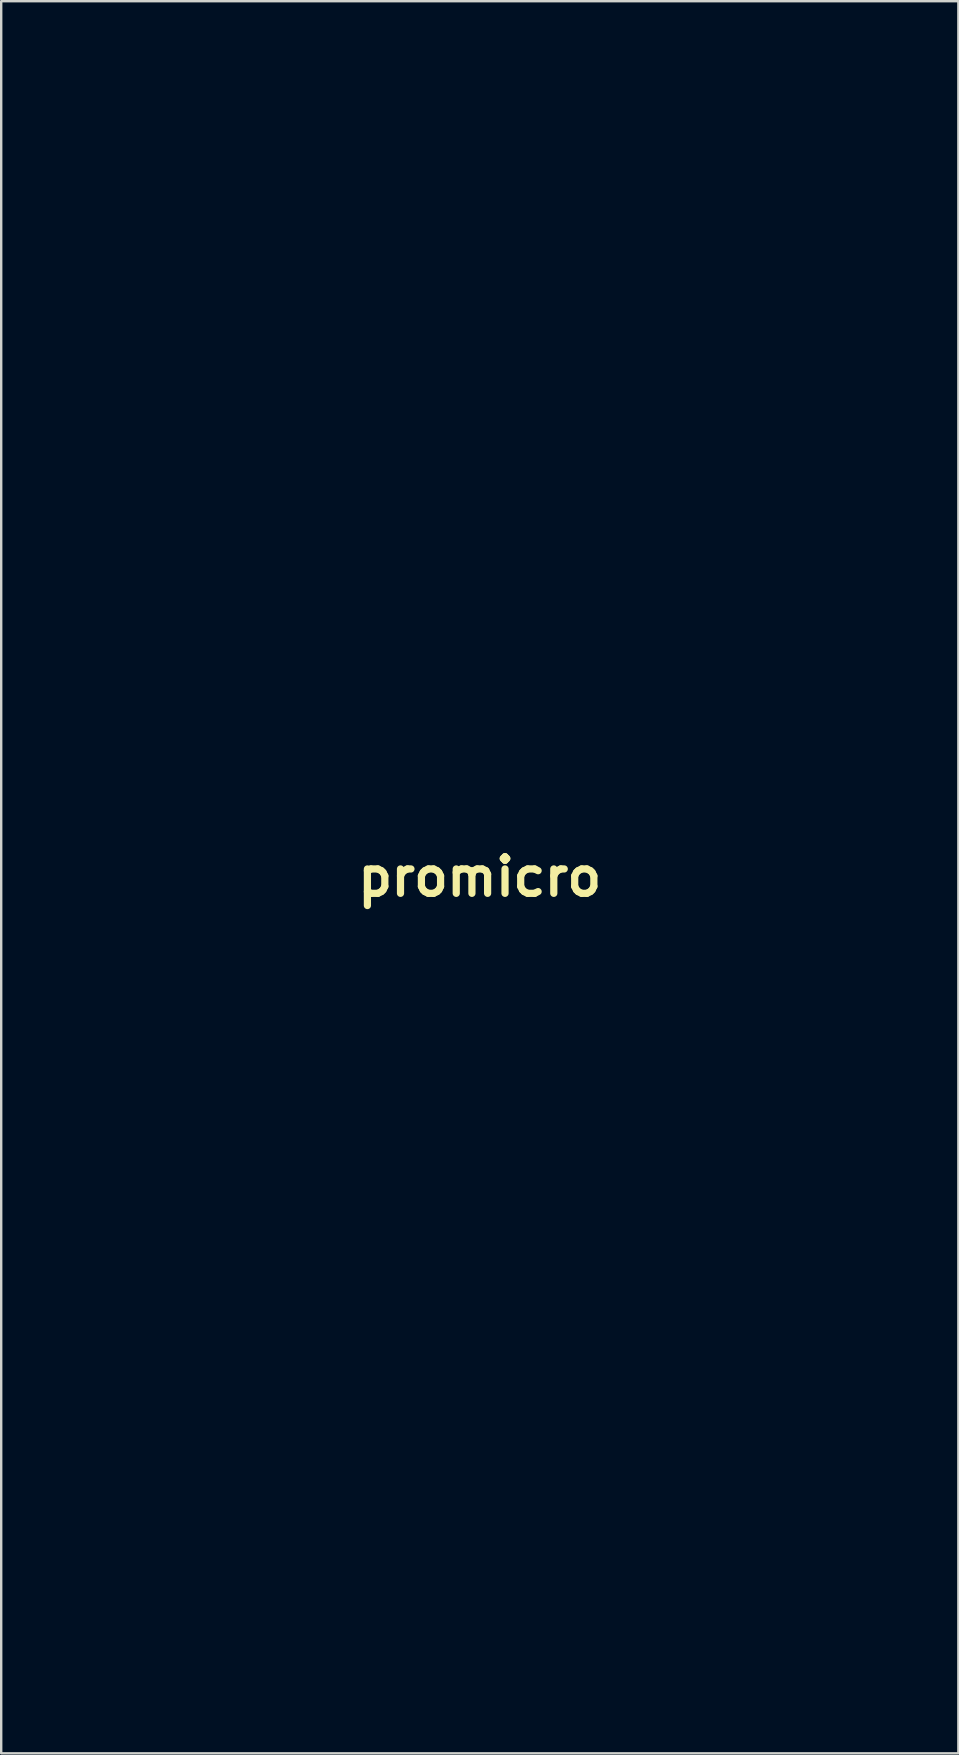
<source format=kicad_pcb>
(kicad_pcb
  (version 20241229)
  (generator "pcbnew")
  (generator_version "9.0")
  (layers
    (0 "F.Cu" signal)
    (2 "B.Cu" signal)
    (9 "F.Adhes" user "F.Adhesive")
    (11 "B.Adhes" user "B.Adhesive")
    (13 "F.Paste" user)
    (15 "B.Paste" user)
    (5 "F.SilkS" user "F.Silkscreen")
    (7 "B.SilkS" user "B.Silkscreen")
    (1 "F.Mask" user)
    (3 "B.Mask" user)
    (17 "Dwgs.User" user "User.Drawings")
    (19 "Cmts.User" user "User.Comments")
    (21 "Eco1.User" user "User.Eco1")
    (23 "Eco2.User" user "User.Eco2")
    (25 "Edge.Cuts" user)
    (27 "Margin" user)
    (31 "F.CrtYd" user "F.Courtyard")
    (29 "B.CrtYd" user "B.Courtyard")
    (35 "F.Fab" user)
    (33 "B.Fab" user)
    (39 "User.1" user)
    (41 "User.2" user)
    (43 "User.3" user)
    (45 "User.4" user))
  (footprint "promicro"
    (layer "F.Cu")
    (at 16.938 33.479)
    (property "Reference" "promicro" (at 0 0 0) (layer "F.SilkS") (effects (font (size 1.524 1.524) (thickness 0.3))))
    (attr through_hole)
    (fp_poly (pts (xy -13.758 -23.107) (xy -13.935 -22.931) (xy -14.111 -23.107) (xy -13.935 -23.283) (xy -13.758 -23.107)) (stroke (width 0.01) (type solid)) (fill no) (layer "Eco1.User"))
    (fp_poly (pts (xy -11.289 25.929) (xy -11.465 26.106) (xy -11.642 25.929) (xy -11.465 25.753) (xy -11.289 25.929)) (stroke (width 0.01) (type solid)) (fill no) (layer "Eco1.User"))
    (fp_poly (pts (xy -10.936 -8.996) (xy -11.113 -8.819) (xy -11.289 -8.996) (xy -11.113 -9.172) (xy -10.936 -8.996)) (stroke (width 0.01) (type solid)) (fill no) (layer "Eco1.User"))
    (fp_poly (pts (xy -10.936 11.113) (xy -11.113 11.289) (xy -11.289 11.113) (xy -11.113 10.936) (xy -10.936 11.113)) (stroke (width 0.01) (type solid)) (fill no) (layer "Eco1.User"))
    (fp_poly (pts (xy -7.761 -19.932) (xy -7.938 -19.756) (xy -8.114 -19.932) (xy -7.938 -20.108) (xy -7.761 -19.932)) (stroke (width 0.01) (type solid)) (fill no) (layer "Eco1.User"))
    (fp_poly (pts (xy -2.469 -7.232) (xy -2.646 -7.056) (xy -2.822 -7.232) (xy -2.646 -7.408) (xy -2.469 -7.232)) (stroke (width 0.01) (type solid)) (fill no) (layer "Eco1.User"))
    (fp_poly (pts (xy -1.411 25.576) (xy -1.587 25.753) (xy -1.764 25.576) (xy -1.587 25.4) (xy -1.411 25.576)) (stroke (width 0.01) (type solid)) (fill no) (layer "Eco1.User"))
    (fp_poly (pts (xy -1.411 26.635) (xy -1.587 26.811) (xy -1.764 26.635) (xy -1.587 26.458) (xy -1.411 26.635)) (stroke (width 0.01) (type solid)) (fill no) (layer "Eco1.User"))
    (fp_poly (pts (xy -0.353 26.635) (xy -0.529 26.811) (xy -0.706 26.635) (xy -0.529 26.458) (xy -0.353 26.635)) (stroke (width 0.01) (type solid)) (fill no) (layer "Eco1.User"))
    (fp_poly (pts (xy 0.706 25.576) (xy 0.529 25.753) (xy 0.353 25.576) (xy 0.529 25.4) (xy 0.706 25.576)) (stroke (width 0.01) (type solid)) (fill no) (layer "Eco1.User"))
    (fp_poly (pts (xy 0.706 26.635) (xy 0.529 26.811) (xy 0.353 26.635) (xy 0.529 26.458) (xy 0.706 26.635)) (stroke (width 0.01) (type solid)) (fill no) (layer "Eco1.User"))
    (fp_poly (pts (xy 3.881 -10.76) (xy 3.704 -10.583) (xy 3.528 -10.76) (xy 3.704 -10.936) (xy 3.881 -10.76)) (stroke (width 0.01) (type solid)) (fill no) (layer "Eco1.User"))
    (fp_poly (pts (xy 8.467 -26.988) (xy 8.29 -26.811) (xy 8.114 -26.988) (xy 8.29 -27.164) (xy 8.467 -26.988)) (stroke (width 0.01) (type solid)) (fill no) (layer "Eco1.User"))
    (fp_poly (pts (xy 11.289 -4.41) (xy 11.113 -4.233) (xy 10.936 -4.41) (xy 11.113 -4.586) (xy 11.289 -4.41)) (stroke (width 0.01) (type solid)) (fill no) (layer "Eco1.User"))
    (fp_poly (pts (xy 11.994 16.757) (xy 11.818 16.933) (xy 11.642 16.757) (xy 11.818 16.581) (xy 11.994 16.757)) (stroke (width 0.01) (type solid)) (fill no) (layer "Eco1.User"))
    (fp_poly (pts (xy 12.347 -13.229) (xy 12.171 -13.053) (xy 11.994 -13.229) (xy 12.171 -13.406) (xy 12.347 -13.229)) (stroke (width 0.01) (type solid)) (fill no) (layer "Eco1.User"))
    (fp_poly (pts (xy 12.347 12.171) (xy 12.171 12.347) (xy 11.994 12.171) (xy 12.171 11.994) (xy 12.347 12.171)) (stroke (width 0.01) (type solid)) (fill no) (layer "Eco1.User"))
    (fp_poly (pts (xy 12.7 -18.874) (xy 12.524 -18.697) (xy 12.347 -18.874) (xy 12.524 -19.05) (xy 12.7 -18.874)) (stroke (width 0.01) (type solid)) (fill no) (layer "Eco1.User"))
    (fp_poly (pts (xy 15.522 16.757) (xy 15.346 16.933) (xy 15.169 16.757) (xy 15.346 16.581) (xy 15.522 16.757)) (stroke (width 0.01) (type solid)) (fill no) (layer "Eco1.User"))
    (fp_poly (pts (xy 15.522 26.635) (xy 15.346 26.811) (xy 15.169 26.635) (xy 15.346 26.458) (xy 15.522 26.635)) (stroke (width 0.01) (type solid)) (fill no) (layer "Eco1.User"))
    (fp_poly (pts (xy -15.287 -23.166) (xy -15.245 -22.747) (xy -15.287 -22.695) (xy -15.497 -22.744) (xy -15.522 -22.931) (xy -15.393 -23.221) (xy -15.287 -23.166)) (stroke (width 0.01) (type solid)) (fill no) (layer "Eco1.User"))
    (fp_poly (pts (xy -13.876 -13.641) (xy -13.924 -13.431) (xy -14.111 -13.406) (xy -14.401 -13.535) (xy -14.346 -13.641) (xy -13.928 -13.683) (xy -13.876 -13.641)) (stroke (width 0.01) (type solid)) (fill no) (layer "Eco1.User"))
    (fp_poly (pts (xy -11.054 -22.813) (xy -11.102 -22.603) (xy -11.289 -22.578) (xy -11.579 -22.707) (xy -11.524 -22.813) (xy -11.105 -22.855) (xy -11.054 -22.813)) (stroke (width 0.01) (type solid)) (fill no) (layer "Eco1.User"))
    (fp_poly (pts (xy -11.054 -6.232) (xy -11.102 -6.023) (xy -11.289 -5.997) (xy -11.579 -6.126) (xy -11.524 -6.232) (xy -11.105 -6.275) (xy -11.054 -6.232)) (stroke (width 0.01) (type solid)) (fill no) (layer "Eco1.User"))
    (fp_poly (pts (xy -11.032 -21.733) (xy -11.137 -21.572) (xy -11.495 -21.547) (xy -11.871 -21.633) (xy -11.708 -21.76) (xy -11.156 -21.802) (xy -11.032 -21.733)) (stroke (width 0.01) (type solid)) (fill no) (layer "Eco1.User"))
    (fp_poly (pts (xy -11.032 -11.149) (xy -11.137 -10.989) (xy -11.495 -10.964) (xy -11.871 -11.05) (xy -11.708 -11.177) (xy -11.156 -11.219) (xy -11.032 -11.149)) (stroke (width 0.01) (type solid)) (fill no) (layer "Eco1.User"))
    (fp_poly (pts (xy -9.29 -10.113) (xy -9.248 -9.694) (xy -9.29 -9.643) (xy -9.5 -9.691) (xy -9.525 -9.878) (xy -9.396 -10.168) (xy -9.29 -10.113)) (stroke (width 0.01) (type solid)) (fill no) (layer "Eco1.User"))
    (fp_poly (pts (xy -7.879 16.698) (xy -7.927 16.908) (xy -8.114 16.933) (xy -8.404 16.804) (xy -8.349 16.698) (xy -7.93 16.656) (xy -7.879 16.698)) (stroke (width 0.01) (type solid)) (fill no) (layer "Eco1.User"))
    (fp_poly (pts (xy 3.763 -15.052) (xy 3.715 -14.842) (xy 3.528 -14.817) (xy 3.237 -14.946) (xy 3.293 -15.052) (xy 3.711 -15.094) (xy 3.763 -15.052)) (stroke (width 0.01) (type solid)) (fill no) (layer "Eco1.User"))
    (fp_poly (pts (xy 5.027 -31.278) (xy 5.071 -31.149) (xy 4.586 -31.1) (xy 4.085 -31.156) (xy 4.145 -31.278) (xy 4.867 -31.325) (xy 5.027 -31.278)) (stroke (width 0.01) (type solid)) (fill no) (layer "Eco1.User"))
    (fp_poly (pts (xy 12.582 -16.11) (xy 12.534 -15.9) (xy 12.347 -15.875) (xy 12.057 -16.004) (xy 12.112 -16.11) (xy 12.531 -16.152) (xy 12.582 -16.11)) (stroke (width 0.01) (type solid)) (fill no) (layer "Eco1.User"))
    (fp_poly (pts (xy 16.816 33.279) (xy 16.767 33.488) (xy 16.581 33.514) (xy 16.29 33.385) (xy 16.345 33.279) (xy 16.764 33.236) (xy 16.816 33.279)) (stroke (width 0.01) (type solid)) (fill no) (layer "Eco1.User"))
    (fp_poly (pts (xy -0.407 25.543) (xy -0.029 25.898) (xy -0.106 26.102) (xy -0.156 26.106) (xy -0.454 25.855) (xy -0.563 25.698) (xy -0.604 25.457) (xy -0.407 25.543)) (stroke (width 0.01) (type solid)) (fill no) (layer "Eco1.User"))
    (fp_poly (pts (xy 8.768 31.654) (xy 8.819 31.906) (xy 8.703 32.415) (xy 8.398 32.262) (xy 8.305 32.127) (xy 8.35 31.674) (xy 8.461 31.577) (xy 8.768 31.654)) (stroke (width 0.01) (type solid)) (fill no) (layer "Eco1.User"))
    (fp_poly (pts (xy 15.872 1.271) (xy 15.919 1.317) (xy 16.197 1.78) (xy 16.16 1.95) (xy 15.897 1.844) (xy 15.721 1.515) (xy 15.614 1.102) (xy 15.872 1.271)) (stroke (width 0.01) (type solid)) (fill no) (layer "Eco1.User"))
    (fp_poly (pts (xy 15.918 15.777) (xy 15.934 15.793) (xy 16.183 16.403) (xy 16.153 16.629) (xy 15.971 16.711) (xy 15.78 16.256) (xy 15.7 15.711) (xy 15.918 15.777)) (stroke (width 0.01) (type solid)) (fill no) (layer "Eco1.User"))
    (fp_poly (pts (xy 15.999 -3.608) (xy 16.114 -3.056) (xy 15.962 -2.768) (xy 15.619 -2.73) (xy 15.426 -3.152) (xy 15.392 -3.727) (xy 15.534 -3.881) (xy 15.999 -3.608)) (stroke (width 0.01) (type solid)) (fill no) (layer "Eco1.User"))
    (fp_poly (pts (xy 16.088 -8.291) (xy 16.118 -7.695) (xy 15.804 -7.321) (xy 15.437 -7.451) (xy 15.346 -7.982) (xy 15.469 -8.576) (xy 15.699 -8.702) (xy 16.088 -8.291)) (stroke (width 0.01) (type solid)) (fill no) (layer "Eco1.User"))
    (fp_poly (pts (xy 16.216 6.359) (xy 16.045 6.946) (xy 15.754 7.162) (xy 15.426 7.103) (xy 15.441 6.498) (xy 15.668 5.93) (xy 15.915 5.846) (xy 16.216 6.359)) (stroke (width 0.01) (type solid)) (fill no) (layer "Eco1.User"))
    (fp_poly (pts (xy -8.124 32.018) (xy -8.114 32.103) (xy -8.382 32.445) (xy -8.467 32.456) (xy -8.809 32.187) (xy -8.819 32.103) (xy -8.551 31.76) (xy -8.467 31.75) (xy -8.124 32.018)) (stroke (width 0.01) (type solid)) (fill no) (layer "Eco1.User"))
    (fp_poly (pts (xy -3.931 31.654) (xy -3.881 31.906) (xy -4.065 32.388) (xy -4.233 32.456) (xy -4.576 32.202) (xy -4.586 32.124) (xy -4.33 31.646) (xy -4.233 31.574) (xy -3.931 31.654)) (stroke (width 0.01) (type solid)) (fill no) (layer "Eco1.User"))
    (fp_poly (pts (xy 5.997 -31.221) (xy 6.334 -30.904) (xy 6.35 -30.847) (xy 6.077 -30.696) (xy 5.997 -30.692) (xy 5.658 -30.963) (xy 5.644 -31.065) (xy 5.861 -31.276) (xy 5.997 -31.221)) (stroke (width 0.01) (type solid)) (fill no) (layer "Eco1.User"))
    (fp_poly (pts (xy 11.846 31.563) (xy 11.818 31.75) (xy 11.516 32.086) (xy 11.465 32.103) (xy 11.185 31.857) (xy 11.113 31.75) (xy 11.196 31.451) (xy 11.465 31.397) (xy 11.846 31.563)) (stroke (width 0.01) (type solid)) (fill no) (layer "Eco1.User"))
    (fp_poly (pts (xy 12.337 -7.845) (xy 12.347 -7.761) (xy 12.079 -7.419) (xy 11.994 -7.408) (xy 11.652 -7.677) (xy 11.642 -7.761) (xy 11.91 -8.104) (xy 11.994 -8.114) (xy 12.337 -7.845)) (stroke (width 0.01) (type solid)) (fill no) (layer "Eco1.User"))
    (fp_poly (pts (xy 15.833 -23.095) (xy 16.162 -22.67) (xy 16.003 -22.247) (xy 15.567 -22.266) (xy 15.081 -22.631) (xy 14.672 -23.111) (xy 14.779 -23.269) (xy 15.149 -23.283) (xy 15.833 -23.095)) (stroke (width 0.01) (type solid)) (fill no) (layer "Eco1.User"))
    (fp_poly (pts (xy 16.025 -12.884) (xy 16.051 -12.7) (xy 15.822 -12.187) (xy 15.686 -12.108) (xy 15.394 -12.297) (xy 15.321 -12.7) (xy 15.467 -13.222) (xy 15.686 -13.292) (xy 16.025 -12.884)) (stroke (width 0.01) (type solid)) (fill no) (layer "Eco1.User"))
    (fp_poly (pts (xy 16.175 11.198) (xy 16.199 11.73) (xy 15.954 11.994) (xy 15.95 11.994) (xy 15.702 11.697) (xy 15.619 11.281) (xy 15.705 10.797) (xy 15.896 10.773) (xy 16.175 11.198)) (stroke (width 0.01) (type solid)) (fill no) (layer "Eco1.User"))
    (fp_poly (pts (xy 15.827 25.248) (xy 15.853 25.271) (xy 16.133 25.903) (xy 16.129 26.506) (xy 16 26.927) (xy 15.923 26.752) (xy 15.763 25.901) (xy 15.647 25.517) (xy 15.556 25.094) (xy 15.827 25.248)) (stroke (width 0.01) (type solid)) (fill no) (layer "Eco1.User"))
    (fp_poly (pts (xy -13.758 -18.402) (xy -14.037 -18.196) (xy -14.432 -18.234) (xy -15.058 -18.177) (xy -15.259 -17.936) (xy -15.375 -17.71) (xy -15.376 -17.992) (xy -15.102 -18.381) (xy -14.541 -18.627) (xy -13.994 -18.654) (xy -13.758 -18.402)) (stroke (width 0.01) (type solid)) (fill no) (layer "Eco1.User"))
    (fp_poly (pts (xy -4.223 -31.485) (xy -4.106 -31.456) (xy -3.581 -31.288) (xy -3.722 -31.179) (xy -4.057 -31.106) (xy -4.743 -30.83) (xy -4.983 -30.613) (xy -5.308 -30.51) (xy -5.469 -30.693) (xy -5.494 -31.187) (xy -5.013 -31.487) (xy -4.223 -31.485)) (stroke (width 0.01) (type solid)) (fill no) (layer "Eco1.User"))
    (fp_poly (pts (xy 0.899 3.734) (xy 1.369 4.185) (xy 1.411 4.233) (xy 1.907 4.841) (xy 2.117 5.168) (xy 2.117 5.169) (xy 1.937 5.253) (xy 1.388 4.754) (xy 1.289 4.647) (xy 0.839 4.042) (xy 0.706 3.711) (xy 0.899 3.734)) (stroke (width 0.01) (type solid)) (fill no) (layer "Eco1.User"))
    (fp_poly (pts (xy 2.235 -33.443) (xy 2.568 -33.419) (xy 2.898 -33.362) (xy 2.595 -33.318) (xy 1.729 -33.291) (xy 0.882 -33.286) (xy -0.291 -33.299) (xy -0.927 -33.333) (xy -0.962 -33.382) (xy -0.607 -33.421) (xy 0.805 -33.474) (xy 2.235 -33.443)) (stroke (width 0.01) (type solid)) (fill no) (layer "Eco1.User"))
    (fp_poly (pts (xy 16.018 30.348) (xy 16.18 30.92) (xy 16.129 31.445) (xy 15.998 31.919) (xy 15.923 31.849) (xy 15.623 31.582) (xy 15.334 31.627) (xy 14.994 31.684) (xy 15.027 31.35) (xy 15.219 30.901) (xy 15.652 30.315) (xy 16.018 30.348)) (stroke (width 0.01) (type solid)) (fill no) (layer "Eco1.User"))
    (fp_poly (pts (xy 2.105 25.672) (xy 2.117 25.774) (xy 2.333 25.984) (xy 2.469 25.929) (xy 2.795 25.936) (xy 2.822 26.047) (xy 2.584 26.494) (xy 2.094 26.544) (xy 1.692 26.186) (xy 1.655 26.081) (xy 1.643 25.532) (xy 1.797 25.4) (xy 2.105 25.672)) (stroke (width 0.01) (type solid)) (fill no) (layer "Eco1.User"))
    (fp_poly (pts (xy 15.954 20.324) (xy 16.043 20.529) (xy 16.171 21.389) (xy 16.122 21.763) (xy 15.975 22.088) (xy 15.916 21.94) (xy 15.681 21.647) (xy 15.522 21.696) (xy 15.225 21.722) (xy 15.303 21.187) (xy 15.509 20.637) (xy 15.758 20.163) (xy 15.954 20.324)) (stroke (width 0.01) (type solid)) (fill no) (layer "Eco1.User"))
    (fp_poly (pts (xy 16.005 -18.23) (xy 16.179 -17.842) (xy 16.165 -17.756) (xy 15.808 -17.153) (xy 15.561 -17.005) (xy 15.249 -17.041) (xy 15.304 -17.219) (xy 15.237 -17.67) (xy 14.912 -17.959) (xy 14.567 -18.216) (xy 14.812 -18.317) (xy 15.284 -18.334) (xy 16.005 -18.23)) (stroke (width 0.01) (type solid)) (fill no) (layer "Eco1.User"))
    (fp_poly (pts (xy -3.882 -30.163) (xy -3.724 -29.73) (xy -3.845 -29.092) (xy -4.146 -28.627) (xy -4.295 -28.575) (xy -4.469 -28.793) (xy -4.412 -28.924) (xy -4.469 -29.124) (xy -4.744 -29.062) (xy -5.212 -29.102) (xy -5.292 -29.381) (xy -5.001 -29.93) (xy -4.378 -30.236) (xy -3.882 -30.163)) (stroke (width 0.01) (type solid)) (fill no) (layer "Eco1.User"))
    (fp_poly (pts (xy 4.964 -29.616) (xy 5.006 -29.035) (xy 5.138 -29.118) (xy 5.292 -29.457) (xy 5.524 -29.933) (xy 5.603 -29.747) (xy 5.62 -29.369) (xy 5.424 -28.732) (xy 4.96 -28.601) (xy 4.499 -29.022) (xy 4.436 -29.163) (xy 4.421 -29.849) (xy 4.575 -30.116) (xy 4.861 -30.177) (xy 4.964 -29.616)) (stroke (width 0.01) (type solid)) (fill no) (layer "Eco1.User"))
    (fp_poly (pts (xy -6.783 22.496) (xy -6.759 23.255) (xy -6.766 23.335) (xy -6.93 24.158) (xy -7.362 24.517) (xy -8.026 24.629) (xy -8.822 24.632) (xy -9.134 24.357) (xy -9.172 23.999) (xy -9.076 23.485) (xy -8.661 23.537) (xy -8.49 23.624) (xy -7.77 23.945) (xy -7.466 23.821) (xy -7.408 23.304) (xy -7.234 22.621) (xy -7.03 22.386) (xy -6.783 22.496)) (stroke (width 0.01) (type solid)) (fill no) (layer "Eco1.User"))
    (fp_poly (pts (xy -13.373 0.904) (xy -12.875 1.192) (xy -12.444 1.577) (xy -12.445 1.976) (xy -12.816 2.603) (xy -13.491 3.211) (xy -14.38 3.535) (xy -15.216 3.52) (xy -15.686 3.196) (xy -15.546 2.977) (xy -14.963 2.931) (xy -14.073 2.782) (xy -13.559 2.305) (xy -13.532 1.681) (xy -13.914 1.214) (xy -14.328 0.833) (xy -14.145 0.707) (xy -14.07 0.706) (xy -13.373 0.904)) (stroke (width 0.01) (type solid)) (fill no) (layer "Eco1.User"))
    (fp_poly (pts (xy 0.325 23.703) (xy 0.569 24.366) (xy 0.766 24.555) (xy 1.028 24.573) (xy 0.942 24.194) (xy 0.898 23.733) (xy 1.124 23.717) (xy 1.608 24.103) (xy 1.593 24.582) (xy 1.317 24.791) (xy 0.628 24.787) (xy 0.24 24.639) (xy -0.421 24.456) (xy -0.708 24.52) (xy -1.002 24.431) (xy -1.058 24.148) (xy -0.848 23.729) (xy -0.552 23.755) (xy -0.016 23.704) (xy 0.126 23.528) (xy 0.278 23.434) (xy 0.325 23.703)) (stroke (width 0.01) (type solid)) (fill no) (layer "Eco1.User"))
    (fp_poly (pts (xy 16.117 29.101) (xy 16.755 29.568) (xy 16.933 30.127) (xy 16.744 30.233) (xy 16.51 30.057) (xy 15.731 29.684) (xy 14.785 29.706) (xy 14.019 30.096) (xy 13.893 30.255) (xy 13.693 31.194) (xy 13.81 31.703) (xy 14.107 32.231) (xy 14.621 32.427) (xy 15.547 32.393) (xy 16.406 32.335) (xy 16.662 32.416) (xy 16.41 32.671) (xy 16.359 32.709) (xy 15.372 33.129) (xy 14.429 32.868) (xy 13.82 32.345) (xy 13.173 31.414) (xy 13.158 30.538) (xy 13.602 29.712) (xy 14.313 29.145) (xy 15.227 28.951) (xy 16.117 29.101)) (stroke (width 0.01) (type solid)) (fill no) (layer "Eco1.User"))
    (fp_poly (pts (xy 10.027 -4.545) (xy 10.462 -4.344) (xy 10.581 -3.871) (xy 10.583 -3.704) (xy 10.524 -3.174) (xy 10.222 -2.914) (xy 9.495 -2.829) (xy 8.878 -2.822) (xy 7.838 -2.863) (xy 7.121 -2.967) (xy 6.959 -3.037) (xy 6.951 -3.464) (xy 7.105 -3.797) (xy 7.585 -3.797) (xy 8.643 -3.528) (xy 9.409 -3.327) (xy 9.788 -3.218) (xy 9.79 -3.217) (xy 9.875 -3.444) (xy 9.878 -3.528) (xy 9.57 -3.756) (xy 8.821 -3.841) (xy 8.731 -3.839) (xy 7.585 -3.797) (xy 7.105 -3.797) (xy 7.161 -3.919) (xy 7.726 -4.396) (xy 8.735 -4.579) (xy 9.081 -4.586) (xy 10.027 -4.545)) (stroke (width 0.01) (type solid)) (fill no) (layer "Eco1.User"))
    (fp_poly (pts (xy 5.644 28.575) (xy 0.617 28.57) (xy -1.218 28.55) (xy -2.813 28.5) (xy -4.03 28.426) (xy -4.728 28.335) (xy -4.824 28.301) (xy -5.032 27.854) (xy -5.127 26.82) (xy -5.111 25.148) (xy -5.093 24.69) (xy -4.972 21.872) (xy -4.586 21.872) (xy -4.312 22.208) (xy -4.19 22.225) (xy -4.004 22.396) (xy -4.233 22.754) (xy -4.462 23.198) (xy -4.288 23.283) (xy -4.017 23.539) (xy -4.038 23.724) (xy -4.225 24.567) (xy -4.352 25.566) (xy -4.406 26.507) (xy -4.375 27.172) (xy -4.253 27.353) (xy -3.806 27.402) (xy -3.701 27.522) (xy -3.24 27.684) (xy -2.135 27.782) (xy -0.448 27.81) (xy 0.821 27.792) (xy 5.115 27.693) (xy 5.123 24.606) (xy 5.13 21.519) (xy 3.426 21.519) (xy 2.401 21.583) (xy 1.938 21.759) (xy 1.94 21.872) (xy 1.765 22.09) (xy 0.979 22.209) (xy 0.374 22.225) (xy -0.639 22.162) (xy -1.286 22.002) (xy -1.411 21.872) (xy -1.726 21.662) (xy -2.524 21.536) (xy -2.999 21.519) (xy -3.945 21.59) (xy -4.513 21.767) (xy -4.586 21.872) (xy -4.972 21.872) (xy -4.949 21.343) (xy 0.348 21.246) (xy 5.644 21.148) (xy 5.644 28.575)) (stroke (width 0.01) (type solid)) (fill no) (layer "Eco1.User"))
    (fp_poly (pts (xy -6.451 -32.841) (xy -6.403 -32.028) (xy -6.401 -30.75) (xy -6.445 -29.127) (xy -6.464 -28.663) (xy -6.675 -23.989) (xy -5.671 -23.989) (xy -4.823 -24.18) (xy -4.716 -24.342) (xy -3.881 -24.342) (xy -3.751 -24.051) (xy -3.645 -24.106) (xy -3.603 -24.525) (xy -3.645 -24.577) (xy -3.855 -24.528) (xy -3.881 -24.342) (xy -4.716 -24.342) (xy -4.484 -24.694) (xy -4.117 -25.257) (xy -3.607 -25.373) (xy -3.229 -25.037) (xy -3.175 -24.723) (xy -3.069 -24.334) (xy -2.649 -24.083) (xy -1.764 -23.905) (xy -0.97 -23.81) (xy 1.049 -23.653) (xy 2.462 -23.691) (xy 3.342 -23.935) (xy 3.764 -24.398) (xy 3.795 -24.518) (xy 4.233 -24.518) (xy 4.41 -24.342) (xy 4.586 -24.518) (xy 4.41 -24.694) (xy 4.233 -24.518) (xy 3.795 -24.518) (xy 3.817 -24.606) (xy 4.099 -25.265) (xy 4.548 -25.333) (xy 4.973 -24.831) (xy 5.095 -24.475) (xy 5.332 -23.862) (xy 5.78 -23.67) (xy 6.544 -23.747) (xy 7.358 -23.835) (xy 7.693 -23.619) (xy 7.761 -22.927) (xy 7.761 -22.761) (xy 7.643 -21.915) (xy 7.354 -21.437) (xy 7.32 -21.421) (xy 7.064 -21.127) (xy 7.129 -20.995) (xy 7.63 -20.869) (xy 7.922 -20.936) (xy 8.227 -21.23) (xy 8.398 -21.912) (xy 8.463 -23.118) (xy 8.467 -23.604) (xy 8.467 -23.619) (xy 10.947 -23.619) (xy 11.179 -23.381) (xy 11.215 -23.368) (xy 11.473 -23.065) (xy 11.324 -22.796) (xy 11.1 -22.053) (xy 11.238 -20.983) (xy 11.262 -20.902) (xy 11.589 -20.839) (xy 12.314 -20.814) (xy 13.027 -20.895) (xy 13.208 -21.232) (xy 13.155 -21.519) (xy 12.759 -22.113) (xy 12.394 -22.266) (xy 12.035 -22.324) (xy 12.351 -22.446) (xy 12.435 -22.468) (xy 12.99 -22.77) (xy 12.857 -23.19) (xy 12.259 -23.593) (xy 11.862 -23.844) (xy 12.026 -23.856) (xy 12.802 -23.875) (xy 13.282 -24.289) (xy 13.292 -24.835) (xy 12.816 -25.247) (xy 12.04 -25.395) (xy 11.329 -25.244) (xy 11.113 -25.047) (xy 11.164 -24.724) (xy 11.311 -24.694) (xy 11.511 -24.531) (xy 11.244 -24.108) (xy 10.947 -23.619) (xy 8.467 -23.619) (xy 8.506 -24.852) (xy 8.609 -25.796) (xy 8.754 -26.241) (xy 8.761 -26.246) (xy 8.945 -26.685) (xy 9.027 -27.54) (xy 9.026 -27.766) (xy 9.019 -27.832) (xy 14.817 -27.832) (xy 15.01 -27.526) (xy 15.397 -27.666) (xy 15.643 -28.028) (xy 15.627 -28.386) (xy 15.328 -28.343) (xy 14.872 -27.996) (xy 14.817 -27.832) (xy 9.019 -27.832) (xy 8.924 -28.688) (xy 8.606 -29.111) (xy 8.266 -29.208) (xy 7.799 -29.188) (xy 7.608 -28.827) (xy 7.603 -27.948) (xy 7.604 -27.924) (xy 7.713 -26.917) (xy 7.897 -26.188) (xy 7.942 -26.098) (xy 7.984 -25.791) (xy 7.722 -25.824) (xy 7.482 -26.087) (xy 7.326 -26.754) (xy 7.239 -27.928) (xy 7.209 -29.486) (xy 7.21 -30.751) (xy 7.233 -31.502) (xy 7.272 -31.671) (xy 7.316 -31.309) (xy 7.447 -29.633) (xy 16.933 -29.633) (xy 16.934 -26.723) (xy 16.934 -23.812) (xy 13.935 -23.812) (xy 13.935 -22.401) (xy 13.986 -21.485) (xy 14.233 -21.054) (xy 14.819 -20.89) (xy 14.926 -20.877) (xy 15.837 -20.933) (xy 16.425 -21.184) (xy 16.732 -21.338) (xy 16.884 -21.055) (xy 16.932 -20.216) (xy 16.933 -19.932) (xy 16.903 -18.948) (xy 16.779 -18.548) (xy 16.512 -18.612) (xy 16.425 -18.68) (xy 15.562 -19.031) (xy 14.635 -18.91) (xy 13.926 -18.387) (xy 13.739 -17.992) (xy 13.782 -17.028) (xy 14.301 -16.287) (xy 15.101 -15.887) (xy 15.984 -15.95) (xy 16.51 -16.298) (xy 16.78 -16.42) (xy 16.908 -16.012) (xy 16.933 -15.262) (xy 16.933 -13.803) (xy 15.691 -14.004) (xy 14.581 -14.02) (xy 13.755 -13.579) (xy 13.724 -13.551) (xy 13.216 -13.124) (xy 13.104 -13.242) (xy 13.241 -13.856) (xy 13.338 -14.545) (xy 13.036 -14.791) (xy 12.591 -14.817) (xy 11.691 -14.893) (xy 11.185 -15.014) (xy 10.768 -14.933) (xy 10.528 -14.237) (xy 10.511 -14.132) (xy 10.506 -13.304) (xy 10.747 -13.084) (xy 11.125 -13.514) (xy 11.278 -13.847) (xy 11.597 -14.64) (xy 11.619 -13.867) (xy 11.491 -13.155) (xy 11.283 -12.873) (xy 11.03 -12.51) (xy 11.319 -12.211) (xy 11.99 -12.09) (xy 12.355 -12.12) (xy 13.432 -12.012) (xy 13.944 -11.632) (xy 14.843 -11.105) (xy 15.901 -11.108) (xy 16.492 -11.394) (xy 16.774 -11.442) (xy 16.908 -10.962) (xy 16.933 -10.203) (xy 16.892 -9.284) (xy 16.744 -8.97) (xy 16.51 -9.102) (xy 15.668 -9.55) (xy 14.795 -9.438) (xy 14.075 -8.878) (xy 13.689 -7.983) (xy 13.689 -7.368) (xy 13.831 -6.691) (xy 14.131 -6.401) (xy 14.803 -6.382) (xy 15.392 -6.442) (xy 16.933 -6.616) (xy 16.933 -5.205) (xy 16.896 -4.335) (xy 16.742 -4.05) (xy 16.425 -4.216) (xy 15.713 -4.492) (xy 14.926 -4.523) (xy 14.292 -4.374) (xy 13.979 -3.98) (xy 13.843 -3.129) (xy 13.826 -2.91) (xy 13.786 -1.972) (xy 13.943 -1.539) (xy 14.437 -1.417) (xy 14.902 -1.411) (xy 15.843 -1.53) (xy 16.493 -1.819) (xy 16.51 -1.834) (xy 16.781 -1.957) (xy 16.908 -1.549) (xy 16.933 -0.81) (xy 16.933 0.638) (xy 15.557 0.454) (xy 14.592 0.399) (xy 14.054 0.624) (xy 13.804 0.972) (xy 13.275 1.55) (xy 12.574 1.894) (xy 11.976 1.896) (xy 11.813 1.756) (xy 11.947 1.435) (xy 12.342 1.236) (xy 12.967 0.887) (xy 12.901 0.512) (xy 12.259 0.222) (xy 11.498 0.053) (xy 11.144 0.195) (xy 11.024 0.805) (xy 10.998 1.367) (xy 11.009 2.254) (xy 11.225 2.642) (xy 11.782 2.735) (xy 11.911 2.736) (xy 12.711 2.606) (xy 13.127 2.341) (xy 13.476 2.211) (xy 13.833 2.563) (xy 14.542 3.12) (xy 15.459 3.384) (xy 16.255 3.276) (xy 16.386 3.19) (xy 16.65 3.208) (xy 16.765 3.86) (xy 16.773 4.257) (xy 16.711 5.26) (xy 16.501 5.625) (xy 16.111 5.41) (xy 16.101 5.4) (xy 15.372 5.079) (xy 14.532 5.174) (xy 14.122 5.455) (xy 13.851 6.16) (xy 13.821 6.946) (xy 13.963 7.582) (xy 14.338 7.86) (xy 15.162 7.916) (xy 15.353 7.913) (xy 16.261 7.932) (xy 16.671 8.159) (xy 16.792 8.783) (xy 16.808 9.242) (xy 16.785 10.087) (xy 16.623 10.341) (xy 16.38 10.211) (xy 15.705 9.963) (xy 14.926 9.94) (xy 14.164 10.183) (xy 13.853 10.823) (xy 13.821 11.046) (xy 13.924 12.185) (xy 14.527 12.832) (xy 15.599 12.957) (xy 15.77 12.933) (xy 16.506 12.848) (xy 16.839 13.032) (xy 16.93 13.658) (xy 16.933 14.204) (xy 16.89 15.093) (xy 16.735 15.377) (xy 16.51 15.24) (xy 15.859 14.923) (xy 15.106 14.817) (xy 14.286 15.078) (xy 13.846 15.722) (xy 13.785 16.537) (xy 14.101 17.314) (xy 14.79 17.841) (xy 15.137 17.931) (xy 15.99 17.844) (xy 16.424 17.623) (xy 16.729 17.469) (xy 16.882 17.746) (xy 16.932 18.576) (xy 16.933 18.901) (xy 16.896 19.898) (xy 16.763 20.29) (xy 16.51 20.179) (xy 15.859 19.862) (xy 15.106 19.756) (xy 14.282 20.014) (xy 13.842 20.649) (xy 13.779 21.451) (xy 14.087 22.209) (xy 14.758 22.714) (xy 15.208 22.804) (xy 16.053 22.702) (xy 16.492 22.496) (xy 16.762 22.432) (xy 16.898 22.873) (xy 16.933 23.84) (xy 16.896 24.837) (xy 16.763 25.229) (xy 16.51 25.118) (xy 15.859 24.8) (xy 15.106 24.694) (xy 14.311 24.864) (xy 13.926 25.49) (xy 13.903 25.576) (xy 13.801 26.436) (xy 13.868 26.94) (xy 14.354 27.377) (xy 15.198 27.627) (xy 16.062 27.624) (xy 16.492 27.442) (xy 16.816 27.336) (xy 16.93 27.82) (xy 16.933 28.015) (xy 16.866 28.658) (xy 16.56 28.732) (xy 16.251 28.587) (xy 15.243 28.253) (xy 14.331 28.48) (xy 13.394 29.238) (xy 12.745 29.805) (xy 12.332 30.011) (xy 12.274 29.973) (xy 11.897 29.828) (xy 11.205 29.879) (xy 10.533 30.127) (xy 10.494 30.415) (xy 11.029 30.652) (xy 11.751 30.738) (xy 12.876 30.785) (xy 11.642 31.003) (xy 10.738 31.304) (xy 10.407 31.749) (xy 10.407 31.75) (xy 10.698 32.174) (xy 11.348 32.405) (xy 12.017 32.372) (xy 12.312 32.16) (xy 12.668 32.136) (xy 13.248 32.606) (xy 13.295 32.658) (xy 14.058 33.514) (xy 2.58 33.514) (xy -0.561 33.512) (xy -3.064 33.505) (xy -4.992 33.489) (xy -6.414 33.459) (xy -7.395 33.413) (xy -8.001 33.345) (xy -8.299 33.253) (xy -8.354 33.133) (xy -8.233 32.98) (xy -8.131 32.893) (xy -7.606 32.171) (xy -7.613 32.103) (xy -7.056 32.103) (xy -6.953 32.846) (xy -6.707 33.161) (xy -6.703 33.161) (xy -6.406 32.869) (xy -6.35 32.526) (xy -6.147 31.816) (xy -5.217 31.816) (xy -5.005 32.545) (xy -4.935 32.636) (xy -4.404 33.103) (xy -3.847 33.005) (xy -3.581 32.849) (xy -3.218 32.296) (xy -3.355 31.644) (xy -3.48 31.536) (xy -1.058 31.536) (xy -1.01 32.471) (xy -0.757 32.899) (xy -0.137 33.016) (xy 0.165 33.02) (xy 0.725 32.952) (xy 0.984 32.619) (xy 1.011 32.329) (xy 1.859 32.329) (xy 1.957 32.72) (xy 2.185 33.153) (xy 2.321 32.93) (xy 2.374 32.72) (xy 2.413 32.005) (xy 3.291 32.005) (xy 3.422 32.495) (xy 3.535 32.64) (xy 4.199 33.054) (xy 4.869 32.952) (xy 5.216 32.507) (xy 5.166 32.193) (xy 4.604 32.273) (xy 4.586 32.279) (xy 4.015 32.368) (xy 3.965 32.103) (xy 5.644 32.103) (xy 5.747 32.846) (xy 5.993 33.161) (xy 5.997 33.161) (xy 6.302 32.872) (xy 6.35 32.583) (xy 6.61 31.914) (xy 6.791 31.723) (xy 7.681 31.723) (xy 7.764 32.459) (xy 7.79 32.51) (xy 8.291 33.043) (xy 8.643 33.161) (xy 9.205 32.882) (xy 9.279 32.788) (xy 9.878 32.788) (xy 10.134 33.147) (xy 10.231 33.161) (xy 10.574 33.041) (xy 10.583 33.006) (xy 10.336 32.704) (xy 10.231 32.632) (xy 9.905 32.66) (xy 9.878 32.788) (xy 9.279 32.788) (xy 9.496 32.51) (xy 9.638 31.773) (xy 9.438 31.451) (xy 8.729 31.083) (xy 8.073 31.219) (xy 7.681 31.723) (xy 6.791 31.723) (xy 6.967 31.536) (xy 7.334 31.201) (xy 7.13 31.076) (xy 6.615 31.056) (xy 5.926 31.145) (xy 5.672 31.58) (xy 5.644 32.103) (xy 3.965 32.103) (xy 3.958 32.067) (xy 3.964 32.052) (xy 4.398 31.69) (xy 4.711 31.677) (xy 5.212 31.588) (xy 5.22 31.238) (xy 4.796 30.93) (xy 4.21 31.02) (xy 3.689 31.414) (xy 3.291 32.005) (xy 2.413 32.005) (xy 2.423 31.82) (xy 2.374 31.485) (xy 2.23 31.053) (xy 2.051 31.275) (xy 1.957 31.485) (xy 1.859 32.329) (xy 1.011 32.329) (xy 1.056 31.827) (xy 1.058 31.503) (xy 0.985 30.581) (xy 0.902 30.339) (xy 1.764 30.339) (xy 2.032 30.681) (xy 2.117 30.692) (xy 2.342 30.515) (xy 7.761 30.515) (xy 7.938 30.692) (xy 8.114 30.515) (xy 8.819 30.515) (xy 8.996 30.692) (xy 9.172 30.515) (xy 8.996 30.339) (xy 8.819 30.515) (xy 8.114 30.515) (xy 7.938 30.339) (xy 7.761 30.515) (xy 2.342 30.515) (xy 2.459 30.423) (xy 2.469 30.339) (xy 2.201 29.996) (xy 2.117 29.986) (xy 1.774 30.255) (xy 1.764 30.339) (xy 0.902 30.339) (xy 0.801 30.043) (xy 0.706 29.986) (xy 0.401 30.278) (xy 0.342 30.603) (xy 0.301 31.029) (xy 0.112 30.839) (xy -0.032 30.596) (xy -0.474 30.154) (xy -0.835 30.346) (xy -1.039 31.101) (xy -1.058 31.536) (xy -3.48 31.536) (xy -3.899 31.174) (xy -4.15 31.108) (xy -4.892 31.259) (xy -5.217 31.816) (xy -6.147 31.816) (xy -6.127 31.744) (xy -5.927 31.468) (xy -5.745 31.145) (xy -6.175 31.046) (xy -6.279 31.044) (xy -6.84 31.185) (xy -7.043 31.738) (xy -7.056 32.103) (xy -7.613 32.103) (xy -7.674 31.503) (xy -8.275 31.092) (xy -8.681 31.044) (xy -9.253 31.144) (xy -9.487 31.579) (xy -9.525 32.279) (xy -9.525 33.514) (xy -13.427 33.514) (xy -12.665 32.484) (xy -12.023 31.831) (xy -11.47 31.627) (xy -11.415 31.642) (xy -10.78 31.586) (xy -10.15 31.172) (xy -9.878 30.648) (xy -10.069 30.515) (xy -7.761 30.515) (xy -7.585 30.692) (xy -7.408 30.515) (xy -7.585 30.339) (xy -7.761 30.515) (xy -10.069 30.515) (xy -10.185 30.434) (xy -10.93 30.339) (xy -10.974 30.339) (xy -12.129 30.037) (xy -12.299 29.881) (xy -8.599 29.881) (xy -8.114 29.93) (xy -7.613 29.875) (xy -7.673 29.752) (xy -8.395 29.706) (xy -8.555 29.752) (xy -8.599 29.881) (xy -12.299 29.881) (xy -12.534 29.666) (xy 7.564 29.666) (xy 7.709 29.901) (xy 8.269 29.986) (xy 8.943 29.941) (xy 9.172 29.851) (xy 8.884 29.626) (xy 8.271 29.518) (xy 7.708 29.569) (xy 7.564 29.666) (xy -12.534 29.666) (xy -12.763 29.457) (xy -13.654 28.772) (xy -8.467 28.772) (xy -8.296 29.137) (xy -8.114 29.104) (xy -7.775 28.653) (xy -7.761 28.554) (xy -8.03 28.232) (xy -8.114 28.222) (xy -8.423 28.509) (xy -8.467 28.772) (xy -13.654 28.772) (xy -13.731 28.713) (xy -14.461 28.575) (xy -15.595 28.683) (xy -16.358 28.966) (xy -16.581 29.288) (xy -16.297 29.373) (xy -15.605 29.203) (xy -15.513 29.169) (xy -14.334 28.99) (xy -13.394 29.466) (xy -12.936 30.043) (xy -12.695 30.966) (xy -12.97 31.882) (xy -13.611 32.627) (xy -14.463 33.041) (xy -15.375 32.961) (xy -15.583 32.852) (xy -16.212 32.589) (xy -16.516 32.627) (xy -16.461 32.965) (xy -16.218 33.175) (xy -15.908 33.438) (xy -16.265 33.508) (xy -16.316 33.508) (xy -16.422 33.481) (xy -16.516 33.366) (xy -16.597 33.123) (xy -16.667 32.707) (xy -16.727 32.077) (xy -16.769 31.329) (xy -16.121 31.329) (xy -15.948 31.834) (xy -15.88 31.92) (xy -15.148 32.416) (xy -14.405 32.216) (xy -14.125 31.943) (xy -13.876 31.161) (xy -13.956 30.623) (xy -14.095 30.066) (xy -13.877 30.091) (xy -13.545 30.342) (xy -13.09 30.681) (xy -13.132 30.549) (xy -13.361 30.251) (xy -14.074 29.77) (xy -14.742 29.633) (xy -15.324 29.709) (xy -15.404 29.869) (xy -15.428 30.273) (xy -15.747 30.745) (xy -16.121 31.329) (xy -16.769 31.329) (xy -16.777 31.189) (xy -16.818 30.002) (xy -16.851 28.471) (xy -16.878 26.555) (xy -16.88 26.287) (xy -15.999 26.287) (xy -15.888 27.004) (xy -15.43 27.468) (xy -15.171 27.517) (xy -14.429 27.262) (xy -14.113 26.989) (xy -13.828 26.227) (xy -13.856 25.772) (xy -13.855 25.76) (xy -12.117 25.76) (xy -12.098 26.344) (xy -11.647 26.699) (xy -10.921 26.727) (xy -10.919 26.727) (xy -8.756 26.727) (xy -8.688 27.346) (xy -8.142 27.517) (xy -8.138 27.517) (xy -7.575 27.328) (xy -7.409 26.654) (xy -7.408 26.609) (xy -7.497 26.323) (xy -5.735 26.323) (xy -5.698 27.42) (xy -5.575 28.91) (xy -0.053 29.007) (xy 2.197 29.043) (xy 3.841 29.054) (xy 4.976 29.029) (xy 5.703 28.957) (xy 6.118 28.829) (xy 6.321 28.635) (xy 6.399 28.401) (xy 7.986 28.401) (xy 8.042 28.854) (xy 8.301 28.928) (xy 8.764 28.745) (xy 8.819 28.596) (xy 8.648 28.222) (xy 9.172 28.222) (xy 9.301 28.513) (xy 9.407 28.457) (xy 9.45 28.039) (xy 9.407 27.987) (xy 9.198 28.035) (xy 9.172 28.222) (xy 8.648 28.222) (xy 8.604 28.126) (xy 8.189 28.128) (xy 7.986 28.401) (xy 6.399 28.401) (xy 6.411 28.363) (xy 6.418 28.329) (xy 6.447 27.762) (xy 6.439 26.671) (xy 6.437 26.635) (xy 7.761 26.635) (xy 7.926 27.326) (xy 8.467 27.517) (xy 9.02 27.31) (xy 9.172 26.635) (xy 9.158 26.576) (xy 10.936 26.576) (xy 11.164 27.296) (xy 11.837 27.475) (xy 12.495 27.303) (xy 13.028 26.893) (xy 12.97 26.446) (xy 12.397 26.144) (xy 11.994 26.106) (xy 11.194 26.246) (xy 10.936 26.576) (xy 9.158 26.576) (xy 9.007 25.943) (xy 8.467 25.753) (xy 7.913 25.959) (xy 7.761 26.635) (xy 6.437 26.635) (xy 6.401 25.448) (xy 10.936 25.448) (xy 11.222 25.603) (xy 11.873 25.593) (xy 12.573 25.448) (xy 12.978 25.239) (xy 13.054 24.94) (xy 12.543 24.86) (xy 11.906 24.943) (xy 11.203 25.178) (xy 10.936 25.448) (xy 6.401 25.448) (xy 6.395 25.233) (xy 6.35 24.214) (xy 6.251 22.207) (xy 6.703 22.207) (xy 6.733 23.534) (xy 6.814 24.577) (xy 6.93 25.143) (xy 6.955 25.181) (xy 7.437 25.317) (xy 8.33 25.345) (xy 8.63 25.328) (xy 10.054 25.224) (xy 10.156 22.137) (xy 10.157 22.082) (xy 11.141 22.082) (xy 11.39 22.319) (xy 12.032 22.364) (xy 12.701 22.212) (xy 13.049 21.947) (xy 13.053 21.916) (xy 12.791 21.57) (xy 12.41 21.288) (xy 11.823 21.09) (xy 11.383 21.5) (xy 11.364 21.53) (xy 11.141 22.082) (xy 10.157 22.082) (xy 10.169 20.508) (xy 10.151 20.267) (xy 11.084 20.267) (xy 11.441 20.431) (xy 11.936 20.461) (xy 12.704 20.361) (xy 13.051 20.117) (xy 13.053 20.096) (xy 12.757 19.862) (xy 12.184 19.848) (xy 11.344 20.043) (xy 11.084 20.267) (xy 10.151 20.267) (xy 10.087 19.461) (xy 9.914 19.053) (xy 9.892 19.05) (xy 9.7 19.384) (xy 9.573 20.317) (xy 9.525 21.741) (xy 9.525 21.819) (xy 9.525 24.587) (xy 8.467 24.617) (xy 7.703 24.539) (xy 7.426 24.155) (xy 7.408 23.895) (xy 7.496 23.399) (xy 7.8 23.534) (xy 7.804 23.538) (xy 8.407 23.867) (xy 8.855 23.545) (xy 9.117 22.619) (xy 9.172 21.658) (xy 9.139 20.547) (xy 8.999 19.973) (xy 8.693 19.77) (xy 8.491 19.756) (xy 7.858 20.066) (xy 7.641 20.549) (xy 7.537 20.893) (xy 7.518 20.538) (xy 7.529 20.285) (xy 7.713 19.473) (xy 8.243 19.138) (xy 8.378 19.114) (xy 8.999 18.902) (xy 9.172 18.673) (xy 8.929 18.365) (xy 8.255 18.528) (xy 7.572 18.914) (xy 7.13 19.263) (xy 6.869 19.711) (xy 6.743 20.437) (xy 6.705 21.622) (xy 6.703 22.207) (xy 6.251 22.207) (xy 6.174 20.637) (xy -5.468 20.637) (xy -5.644 23.283) (xy -5.717 24.83) (xy -5.735 26.323) (xy -7.497 26.323) (xy -7.61 25.957) (xy -8.061 25.799) (xy -8.526 26.116) (xy -8.756 26.727) (xy -10.919 26.727) (xy -10.245 26.471) (xy -9.952 26.062) (xy -10.158 25.54) (xy -10.724 25.32) (xy -11.627 25.347) (xy -12.117 25.76) (xy -13.855 25.76) (xy -13.849 25.576) (xy -13.406 25.576) (xy -13.229 25.753) (xy -13.053 25.576) (xy -13.229 25.4) (xy -13.406 25.576) (xy -13.849 25.576) (xy -13.833 25.14) (xy -13.633 24.916) (xy -13.661 24.802) (xy -14.242 24.729) (xy -14.434 24.722) (xy -15.172 24.758) (xy -15.44 24.882) (xy -15.421 24.913) (xy -15.45 25.301) (xy -15.684 25.612) (xy -15.999 26.287) (xy -16.88 26.287) (xy -16.898 24.211) (xy -16.91 21.778) (xy -15.821 21.778) (xy -15.507 22.369) (xy -14.917 22.546) (xy -14.228 22.178) (xy -14.115 22.053) (xy -13.853 21.33) (xy -13.907 20.935) (xy -13.903 20.804) (xy -11.994 20.804) (xy -11.695 21.214) (xy -11.009 21.542) (xy -10.252 21.661) (xy -9.955 21.608) (xy -9.687 21.665) (xy -9.647 22.211) (xy -9.733 22.875) (xy -9.862 24.196) (xy -9.672 24.969) (xy -9.084 25.309) (xy -8.029 25.332) (xy -6.526 25.224) (xy -6.424 22.302) (xy -6.401 20.742) (xy -6.477 19.727) (xy -6.675 19.099) (xy -6.887 18.815) (xy -7.411 18.479) (xy -5.481 18.479) (xy -5.402 18.917) (xy -5.197 19.32) (xy -5.03 19.117) (xy -4.902 18.697) (xy -4.721 18.106) (xy -4.648 18.175) (xy -4.621 18.609) (xy -4.5 19.125) (xy -4.064 19.353) (xy -3.175 19.403) (xy -1.746 19.153) (xy -1.59 19.05) (xy -1.058 19.05) (xy -0.79 19.393) (xy -0.706 19.403) (xy -0.363 19.134) (xy -0.353 19.05) (xy 0.706 19.05) (xy 0.974 19.393) (xy 1.058 19.403) (xy 1.401 19.134) (xy 1.411 19.05) (xy 1.143 18.707) (xy 1.058 18.697) (xy 0.716 18.966) (xy 0.706 19.05) (xy -0.353 19.05) (xy -0.621 18.707) (xy -0.706 18.697) (xy -1.048 18.966) (xy -1.058 19.05) (xy -1.59 19.05) (xy -1.058 18.697) (xy -0.92 18.547) (xy 1.767 18.547) (xy 1.962 19.127) (xy 1.999 19.168) (xy 2.483 19.329) (xy 3.34 19.402) (xy 3.41 19.403) (xy 4.233 19.317) (xy 4.554 18.982) (xy 4.586 18.676) (xy 4.716 18.185) (xy 4.923 18.159) (xy 5.116 18.617) (xy 5.062 18.885) (xy 5.066 19.332) (xy 5.216 19.403) (xy 5.649 19.116) (xy 5.837 18.488) (xy 5.684 17.866) (xy 5.654 17.827) (xy 5.259 17.593) (xy 4.496 17.496) (xy 3.238 17.527) (xy 2.205 17.602) (xy 1.863 17.918) (xy 1.767 18.547) (xy -0.92 18.547) (xy -0.547 18.144) (xy -0.444 17.992) (xy 0.706 17.992) (xy 0.974 18.334) (xy 1.058 18.344) (xy 1.401 18.076) (xy 1.411 17.992) (xy 1.143 17.649) (xy 1.058 17.639) (xy 0.716 17.907) (xy 0.706 17.992) (xy -0.444 17.992) (xy -0.353 17.856) (xy -0.641 17.63) (xy -1.255 17.524) (xy -1.819 17.578) (xy -1.964 17.678) (xy -2.387 17.831) (xy -2.552 17.764) (xy -3.363 17.501) (xy -4.331 17.473) (xy -5.109 17.672) (xy -5.289 17.812) (xy -5.481 18.479) (xy -7.411 18.479) (xy -7.444 18.458) (xy -7.854 18.649) (xy -8.027 18.975) (xy -7.655 19.05) (xy -7.253 19.085) (xy -7.045 19.314) (xy -6.948 19.924) (xy -6.898 20.726) (xy -6.942 21.505) (xy -7.135 21.869) (xy -7.161 21.872) (xy -7.345 21.571) (xy -7.337 20.844) (xy -7.333 20.814) (xy -7.389 20.008) (xy -7.758 19.73) (xy -8.274 19.99) (xy -8.741 20.726) (xy -9.152 21.696) (xy -9.044 20.534) (xy -9.051 19.689) (xy -9.212 19.205) (xy -9.231 19.19) (xy -9.467 19.324) (xy -9.525 19.696) (xy -9.826 20.257) (xy -10.524 20.652) (xy -11.31 20.746) (xy -11.658 20.627) (xy -11.971 20.678) (xy -11.994 20.804) (xy -13.903 20.804) (xy -13.887 20.293) (xy -13.682 20.054) (xy -13.625 19.851) (xy -14.226 19.763) (xy -14.376 19.761) (xy -15.138 19.828) (xy -15.467 19.998) (xy -15.466 20.02) (xy -15.546 20.534) (xy -15.68 20.902) (xy -15.821 21.778) (xy -16.91 21.778) (xy -16.912 21.396) (xy -16.922 18.066) (xy -16.922 17.938) (xy -16.581 17.938) (xy -16.289 18.302) (xy -15.607 18.7) (xy -14.824 18.98) (xy -14.517 19.026) (xy -13.997 18.808) (xy -13.622 18.521) (xy -8.819 18.521) (xy -8.643 18.697) (xy -8.467 18.521) (xy -8.643 18.344) (xy -8.819 18.521) (xy -13.622 18.521) (xy -13.24 18.229) (xy -12.894 17.903) (xy -11.974 17.169) (xy -11.928 17.148) (xy -8.794 17.148) (xy -8.696 17.743) (xy -8.431 17.967) (xy -8.173 17.992) (xy -7.55 17.683) (xy -7.322 17.11) (xy -7.317 16.797) (xy -2.701 16.797) (xy -2.646 16.933) (xy -2.329 17.27) (xy -2.272 17.286) (xy -2.121 17.013) (xy -2.117 16.933) (xy -2.388 16.594) (xy -2.49 16.581) (xy -2.701 16.797) (xy -7.317 16.797) (xy -7.312 16.439) (xy -7.733 16.202) (xy -7.898 16.187) (xy -8.196 16.143) (xy 3.656 16.143) (xy 3.68 16.188) (xy 4.141 16.557) (xy 4.275 16.581) (xy 4.475 16.368) (xy 4.428 16.258) (xy 4.501 15.877) (xy 4.655 15.793) (xy 4.86 15.558) (xy 4.728 15.434) (xy 4.186 15.381) (xy 3.731 15.688) (xy 3.656 16.143) (xy -8.196 16.143) (xy -8.338 16.122) (xy -8.093 16) (xy -8.062 15.992) (xy -7.529 15.561) (xy -7.3 14.993) (xy -5.644 14.993) (xy -5.468 15.169) (xy -5.292 14.993) (xy -5.468 14.817) (xy -5.644 14.993) (xy -7.3 14.993) (xy -7.233 14.826) (xy -7.29 14.133) (xy -7.396 13.982) (xy -7.955 13.719) (xy -8.398 14.101) (xy -8.687 15.074) (xy -8.776 16.017) (xy -8.794 17.148) (xy -11.928 17.148) (xy -11.11 16.781) (xy -10.906 16.757) (xy -10.155 16.511) (xy -9.936 16.094) (xy -9.956 15.649) (xy -10.377 15.536) (xy -10.902 15.592) (xy -11.654 15.622) (xy -11.993 15.476) (xy -11.994 15.461) (xy -12.22 15.021) (xy -12.691 14.473) (xy -13.139 13.97) (xy -13.147 13.587) (xy -13.143 13.582) (xy -5.468 13.582) (xy -4.432 14.728) (xy -3.68 15.53) (xy -3.289 15.854) (xy -3.175 15.769) (xy -3.175 15.765) (xy -3.411 15.484) (xy -3.978 14.934) (xy 1.529 14.934) (xy 1.577 15.144) (xy 1.764 15.169) (xy 2.054 15.04) (xy 1.999 14.934) (xy 1.58 14.892) (xy 1.529 14.934) (xy -3.978 14.934) (xy -4.006 14.907) (xy -4.197 14.732) (xy 6.15 14.732) (xy 6.497 14.789) (xy 6.955 14.724) (xy 6.96 14.604) (xy 6.488 14.519) (xy 6.284 14.576) (xy 6.15 14.732) (xy -4.197 14.732) (xy -4.322 14.618) (xy -4.432 14.518) (xy 7.501 14.518) (xy 7.547 14.669) (xy 7.688 15.377) (xy 7.759 16.404) (xy 7.761 16.609) (xy 7.823 17.521) (xy 8.072 17.919) (xy 8.467 17.992) (xy 9.056 17.806) (xy 9.207 17.551) (xy 9.283 16.483) (xy 11.033 16.483) (xy 11.091 17.087) (xy 11.277 17.278) (xy 11.96 17.433) (xy 12.657 17.259) (xy 13.042 16.849) (xy 13.053 16.757) (xy 12.764 16.338) (xy 12.113 16.128) (xy 11.425 16.172) (xy 11.033 16.483) (xy 9.283 16.483) (xy 9.32 15.975) (xy 9.332 15.169) (xy 10.936 15.169) (xy 11.243 15.417) (xy 11.981 15.522) (xy 11.994 15.522) (xy 12.738 15.42) (xy 13.053 15.174) (xy 13.053 15.169) (xy 12.746 14.922) (xy 12.008 14.817) (xy 11.994 14.817) (xy 11.251 14.919) (xy 10.936 15.165) (xy 10.936 15.169) (xy 9.332 15.169) (xy 9.335 14.972) (xy 9.222 14.414) (xy 8.947 14.17) (xy 8.48 14.112) (xy 8.36 14.111) (xy 7.649 14.199) (xy 7.501 14.518) (xy -4.432 14.518) (xy -4.883 14.111) (xy 2.117 14.111) (xy 2.385 14.454) (xy 2.469 14.464) (xy 2.812 14.195) (xy 2.822 14.111) (xy 2.804 14.088) (xy 5.378 14.088) (xy 5.426 14.111) (xy 5.748 13.863) (xy 5.821 13.758) (xy 5.911 13.429) (xy 5.862 13.406) (xy 5.541 13.654) (xy 5.468 13.758) (xy 5.378 14.088) (xy 2.804 14.088) (xy 2.554 13.769) (xy 2.469 13.758) (xy 2.127 14.027) (xy 2.117 14.111) (xy -4.883 14.111) (xy -5.468 13.582) (xy -13.143 13.582) (xy -12.858 13.229) (xy -5.997 13.229) (xy -5.821 13.406) (xy -5.644 13.229) (xy -5.821 13.053) (xy -5.997 13.229) (xy -12.858 13.229) (xy -12.698 13.032) (xy 6.703 13.032) (xy 6.959 13.391) (xy 7.056 13.406) (xy 7.399 13.285) (xy 7.408 13.25) (xy 7.161 12.949) (xy 7.056 12.876) (xy 6.73 12.904) (xy 6.703 13.032) (xy -12.698 13.032) (xy -12.695 13.028) (xy -12.591 12.916) (xy -12.114 12.566) (xy -7.558 12.566) (xy -7.4 12.7) (xy -6.97 12.417) (xy -6.825 12.156) (xy -6.816 12.112) (xy -1.999 12.112) (xy -1.951 12.322) (xy -1.764 12.347) (xy -1.474 12.218) (xy -1.529 12.112) (xy -1.947 12.07) (xy -1.999 12.112) (xy -6.816 12.112) (xy -6.767 11.858) (xy 0.827 11.858) (xy 0.882 11.994) (xy 1.199 12.331) (xy 1.256 12.347) (xy 1.353 12.171) (xy 4.233 12.171) (xy 4.41 12.347) (xy 4.494 12.263) (xy 7.561 12.263) (xy 7.908 12.319) (xy 8.366 12.255) (xy 8.371 12.134) (xy 7.899 12.05) (xy 7.695 12.106) (xy 7.561 12.263) (xy 4.494 12.263) (xy 4.586 12.171) (xy 4.41 11.994) (xy 4.233 12.171) (xy 1.353 12.171) (xy 1.407 12.074) (xy 1.411 11.994) (xy 1.14 11.655) (xy 1.038 11.642) (xy 0.827 11.858) (xy -6.767 11.858) (xy -6.711 11.565) (xy -6.942 11.535) (xy -7.336 12.01) (xy -7.558 12.566) (xy -12.114 12.566) (xy -11.702 12.264) (xy -10.748 11.937) (xy -9.92 11.662) (xy -9.754 11.327) (xy 0 11.327) (xy 0.123 11.622) (xy 0.332 11.465) (xy 4.939 11.465) (xy 5.115 11.642) (xy 5.292 11.465) (xy 5.115 11.289) (xy 4.939 11.465) (xy 0.332 11.465) (xy 0.524 11.321) (xy 0.649 11.178) (xy 11.019 11.178) (xy 11.057 12.091) (xy 11.267 12.673) (xy 11.323 12.721) (xy 11.991 12.856) (xy 12.676 12.654) (xy 13.045 12.226) (xy 13.053 12.151) (xy 12.793 11.55) (xy 12.662 11.442) (xy 12.501 11.122) (xy 12.751 10.892) (xy 13.038 10.574) (xy 12.7 10.236) (xy 11.839 9.873) (xy 11.29 10.137) (xy 11.031 11.041) (xy 11.019 11.178) (xy 0.649 11.178) (xy 0.712 11.104) (xy 0.944 10.76) (xy 5.644 10.76) (xy 5.821 10.936) (xy 5.997 10.76) (xy 5.821 10.583) (xy 5.644 10.76) (xy 0.944 10.76) (xy 0.97 10.722) (xy 0.691 10.748) (xy 0.579 10.789) (xy 0.082 11.134) (xy 0 11.327) (xy -9.754 11.327) (xy -9.702 11.224) (xy -9.808 11.113) (xy -2.822 11.113) (xy -2.646 11.289) (xy -2.469 11.113) (xy -2.646 10.936) (xy -2.822 11.113) (xy -9.808 11.113) (xy -10.094 10.812) (xy -10.294 10.76) (xy -7.761 10.76) (xy -7.585 10.936) (xy -7.408 10.76) (xy -7.467 10.701) (xy -3.763 10.701) (xy -3.715 10.911) (xy -3.528 10.936) (xy -3.237 10.807) (xy -3.293 10.701) (xy -3.711 10.659) (xy -3.763 10.701) (xy -7.467 10.701) (xy -7.585 10.583) (xy -7.761 10.76) (xy -10.294 10.76) (xy -10.748 10.641) (xy -11.744 10.293) (xy -11.791 10.258) (xy 9.045 10.258) (xy 9.089 10.382) (xy 9.397 10.363) (xy 9.466 10.23) (xy 9.864 9.819) (xy 10.532 9.46) (xy 11.065 9.153) (xy 11.038 8.93) (xy 11.028 8.926) (xy 10.518 8.994) (xy 9.865 9.353) (xy 9.298 9.832) (xy 9.045 10.258) (xy -11.791 10.258) (xy -12.304 9.878) (xy -4.586 9.878) (xy -4.457 10.168) (xy -4.351 10.113) (xy -4.345 10.054) (xy -3.175 10.054) (xy -2.999 10.231) (xy -2.822 10.054) (xy 6.35 10.054) (xy 6.526 10.231) (xy 6.703 10.054) (xy 6.526 9.878) (xy 6.35 10.054) (xy -2.822 10.054) (xy -2.999 9.878) (xy -3.175 10.054) (xy -4.345 10.054) (xy -4.309 9.694) (xy -4.351 9.643) (xy -4.561 9.691) (xy -4.586 9.878) (xy -12.304 9.878) (xy -12.583 9.671) (xy -13.649 8.978) (xy -14.879 8.858) (xy -16.026 9.331) (xy -16.072 9.367) (xy -16.519 9.751) (xy -16.377 9.801) (xy -15.875 9.671) (xy -15.034 9.424) (xy -14.568 9.268) (xy -14.082 9.398) (xy -13.4 9.881) (xy -12.753 10.514) (xy -12.374 11.09) (xy -12.347 11.225) (xy -12.548 11.697) (xy -13.037 12.422) (xy -13.103 12.508) (xy -13.747 13.129) (xy -14.479 13.306) (xy -15.509 13.064) (xy -16.051 12.856) (xy -16.533 12.701) (xy -16.448 12.941) (xy -16.273 13.163) (xy -15.972 13.753) (xy -16.228 14.287) (xy -16.451 14.727) (xy -16.292 14.817) (xy -15.771 14.558) (xy -15.699 14.464) (xy -15.138 14.14) (xy -14.301 14.191) (xy -13.483 14.579) (xy -13.257 14.785) (xy -12.805 15.684) (xy -12.846 16.649) (xy -13.269 17.517) (xy -13.964 18.127) (xy -14.819 18.317) (xy -15.513 18.079) (xy -16.237 17.692) (xy -16.544 17.736) (xy -16.581 17.938) (xy -16.922 17.938) (xy -16.924 16.849) (xy -15.817 16.849) (xy -15.446 17.442) (xy -14.73 17.575) (xy -14.156 17.34) (xy -13.949 16.717) (xy -13.936 16.349) (xy -13.866 15.636) (xy -13.692 15.39) (xy -13.672 15.399) (xy -13.42 15.302) (xy -13.406 15.19) (xy -13.712 14.928) (xy -14.45 14.817) (xy -14.464 14.817) (xy -15.188 14.893) (xy -15.467 15.076) (xy -15.466 15.081) (xy -15.546 15.595) (xy -15.68 15.963) (xy -15.817 16.849) (xy -16.924 16.849) (xy -16.929 14.181) (xy -16.93 11.91) (xy -15.817 11.91) (xy -15.446 12.503) (xy -14.73 12.637) (xy -14.177 12.427) (xy -13.987 11.871) (xy -13.988 11.363) (xy -13.983 10.612) (xy -13.811 10.444) (xy -13.49 10.657) (xy -13.089 10.929) (xy -13.08 10.683) (xy -13.111 10.583) (xy -13.467 10.261) (xy -14.137 10.013) (xy -14.86 9.89) (xy -15.377 9.945) (xy -15.474 10.119) (xy -15.547 10.654) (xy -15.68 11.024) (xy -15.817 11.91) (xy -16.93 11.91) (xy -16.932 9.696) (xy -16.932 8.837) (xy -2.417 8.837) (xy -2.306 9.138) (xy -2.134 9.119) (xy -1.756 8.822) (xy -1.755 8.819) (xy 2.822 8.819) (xy 2.943 9.163) (xy 2.978 9.172) (xy 3.279 8.925) (xy 3.351 8.819) (xy 3.336 8.643) (xy 11.642 8.643) (xy 11.818 8.819) (xy 11.994 8.643) (xy 11.818 8.467) (xy 11.642 8.643) (xy 3.336 8.643) (xy 3.323 8.494) (xy 3.196 8.467) (xy 2.837 8.723) (xy 2.822 8.819) (xy -1.755 8.819) (xy -1.737 8.722) (xy -1.968 8.448) (xy -2.32 8.647) (xy -2.417 8.837) (xy -16.932 8.837) (xy -16.932 8.796) (xy -4.852 8.796) (xy -4.804 8.819) (xy -4.575 8.643) (xy -3.175 8.643) (xy -2.999 8.819) (xy -2.822 8.643) (xy -2.999 8.467) (xy -3.175 8.643) (xy -4.575 8.643) (xy -4.482 8.571) (xy -4.41 8.467) (xy -4.32 8.137) (xy -4.368 8.114) (xy -4.69 8.362) (xy -4.763 8.467) (xy -4.852 8.796) (xy -16.932 8.796) (xy -16.933 7.262) (xy -15.76 7.262) (xy -15.477 7.796) (xy -15.46 7.807) (xy -14.896 8.072) (xy -14.438 7.912) (xy -14.269 7.743) (xy -11.96 7.743) (xy -11.688 8.046) (xy -10.936 8.114) (xy -10.109 7.962) (xy -10.054 7.879) (xy -5.527 7.879) (xy -5.478 8.088) (xy -5.292 8.114) (xy -5.001 7.985) (xy -5.056 7.879) (xy -5.475 7.836) (xy -5.527 7.879) (xy -10.054 7.879) (xy -9.878 7.608) (xy -10.089 7.232) (xy -3.528 7.232) (xy -3.351 7.408) (xy 9.878 7.408) (xy 9.998 7.752) (xy 10.033 7.761) (xy 10.335 7.514) (xy 10.407 7.408) (xy 10.379 7.083) (xy 10.251 7.056) (xy 9.892 7.312) (xy 9.878 7.408) (xy -3.351 7.408) (xy -3.175 7.232) (xy -3.351 7.056) (xy -3.528 7.232) (xy -10.089 7.232) (xy -10.166 7.095) (xy -10.683 6.879) (xy -6.35 6.879) (xy -6.174 7.056) (xy -6.079 6.961) (xy 0.485 6.961) (xy 0.642 7.056) (xy 1.159 6.796) (xy 1.249 6.679) (xy 1.381 6.22) (xy 1.108 6.182) (xy 0.713 6.518) (xy 0.485 6.961) (xy -6.079 6.961) (xy -5.997 6.879) (xy -6.174 6.703) (xy -6.35 6.879) (xy -10.683 6.879) (xy -10.804 6.829) (xy -11.452 6.903) (xy -11.68 7.106) (xy -11.96 7.743) (xy -14.269 7.743) (xy -13.941 7.415) (xy -13.527 6.827) (xy -13.602 6.468) (xy -4.469 6.468) (xy -4.42 6.677) (xy -4.233 6.703) (xy -3.943 6.574) (xy -3.968 6.526) (xy -2.117 6.526) (xy -1.94 6.703) (xy -1.764 6.526) (xy -1.94 6.35) (xy -2.117 6.526) (xy -3.968 6.526) (xy -3.998 6.468) (xy -4.417 6.425) (xy -4.469 6.468) (xy -13.602 6.468) (xy -13.625 6.354) (xy -13.795 6.129) (xy -13.887 5.997) (xy -9.525 5.997) (xy -9.396 6.288) (xy -9.29 6.232) (xy -9.248 5.821) (xy -4.939 5.821) (xy -4.763 5.997) (xy -4.586 5.821) (xy -4.763 5.644) (xy -4.939 5.821) (xy -9.248 5.821) (xy -9.248 5.814) (xy -9.29 5.762) (xy -9.5 5.81) (xy -9.525 5.997) (xy -13.887 5.997) (xy -14.073 5.729) (xy -13.839 5.694) (xy -13.406 5.821) (xy -12.814 5.972) (xy -12.791 5.803) (xy -13.011 5.519) (xy -13.079 5.476) (xy -8.114 5.476) (xy -7.888 5.492) (xy -7.713 5.368) (xy -3.349 5.368) (xy -3.137 5.867) (xy -2.653 6.177) (xy -2.329 5.997) (xy -2.172 5.567) (xy -2.323 5.425) (xy -0.875 5.425) (xy -0.766 5.745) (xy -0.692 5.837) (xy -0.169 6.15) (xy 0.264 5.993) (xy 0.353 5.699) (xy 0.055 5.47) (xy -0.379 5.387) (xy -0.875 5.425) (xy -2.323 5.425) (xy -2.456 5.3) (xy -3.076 5.115) (xy -3.349 5.368) (xy -7.713 5.368) (xy -7.261 5.047) (xy -6.313 4.198) (xy -6.107 4) (xy -5.598 3.435) (xy -5.596 3.382) (xy -2.761 3.382) (xy -2.648 3.873) (xy -2.378 4.379) (xy -1.983 4.266) (xy -1.911 4.209) (xy -1.569 3.821) (xy 0.214 3.821) (xy 0.539 4.376) (xy 1.361 5.263) (xy 2.199 5.476) (xy 2.779 5.21) (xy 3.158 4.938) (xy 3.052 5.141) (xy 2.867 5.38) (xy 2.567 5.983) (xy 2.822 6.526) (xy 3.429 6.989) (xy 3.93 6.961) (xy 4.116 6.511) (xy 3.888 6.128) (xy 3.645 6.147) (xy 3.228 6.138) (xy 3.175 6.016) (xy 3.312 5.821) (xy 9.172 5.821) (xy 9.349 5.997) (xy 9.525 5.821) (xy 9.349 5.644) (xy 9.172 5.821) (xy 3.312 5.821) (xy 3.456 5.614) (xy 4.131 5.54) (xy 4.763 5.734) (xy 4.904 5.69) (xy 4.607 5.246) (xy 3.937 4.495) (xy 3.922 4.48) (xy 7.494 4.48) (xy 7.759 5.015) (xy 7.814 5.079) (xy 8.365 5.543) (xy 8.751 5.607) (xy 8.819 5.443) (xy 8.6 5.062) (xy 8.4 4.837) (xy 9.557 4.837) (xy 9.71 5.181) (xy 10.231 5.292) (xy 10.817 5.475) (xy 10.998 6.109) (xy 10.954 6.651) (xy 11.026 7.493) (xy 11.421 7.97) (xy 11.85 7.974) (xy 12.521 7.784) (xy 12.729 7.761) (xy 13.108 7.634) (xy 12.996 7.361) (xy 12.539 7.107) (xy 12.083 7.028) (xy 11.113 7) (xy 12.083 6.646) (xy 12.791 6.266) (xy 13.051 5.89) (xy 12.79 5.662) (xy 12.578 5.644) (xy 11.983 5.428) (xy 11.314 4.961) (xy 10.592 4.528) (xy 10.026 4.47) (xy 9.557 4.837) (xy 8.4 4.837) (xy 8.273 4.695) (xy 7.718 4.329) (xy 7.494 4.48) (xy 3.922 4.48) (xy 3.895 4.452) (xy 3.334 3.881) (xy 6.703 3.881) (xy 6.956 4.223) (xy 7.035 4.233) (xy 7.513 3.977) (xy 7.585 3.881) (xy 7.538 3.704) (xy 9.878 3.704) (xy 10.054 3.881) (xy 10.231 3.704) (xy 10.054 3.528) (xy 9.878 3.704) (xy 7.538 3.704) (xy 7.505 3.579) (xy 7.253 3.528) (xy 6.77 3.712) (xy 6.703 3.881) (xy 3.334 3.881) (xy 2.991 3.531) (xy 2.392 3.034) (xy 1.911 2.883) (xy 1.363 2.997) (xy 0.894 3.17) (xy 0.274 3.463) (xy 0.214 3.821) (xy -1.569 3.821) (xy -1.485 3.725) (xy -1.411 3.522) (xy -1.691 3.19) (xy -2.261 2.942) (xy -2.713 2.95) (xy -2.729 2.964) (xy -2.761 3.382) (xy -5.596 3.382) (xy -5.585 3.072) (xy -5.893 2.765) (xy -6.296 2.484) (xy -5.292 2.484) (xy -5.074 2.468) (xy -4.513 2.039) (xy -4.022 1.576) (xy -3.33 0.829) (xy -2.941 0.298) (xy -2.908 0.15) (xy -3.232 0.26) (xy -3.82 0.73) (xy -4.484 1.376) (xy -5.036 2.014) (xy -5.29 2.461) (xy -5.292 2.484) (xy -6.296 2.484) (xy -6.308 2.476) (xy -6.329 2.694) (xy -6.289 2.822) (xy -6.413 3.39) (xy -6.95 4.124) (xy -7.114 4.287) (xy -7.756 4.947) (xy -8.097 5.414) (xy -8.114 5.476) (xy -13.079 5.476) (xy -13.71 5.082) (xy -14.468 4.939) (xy -15.141 5.038) (xy -15.496 5.472) (xy -15.685 6.225) (xy -15.76 7.262) (xy -16.933 7.262) (xy -16.933 4.763) (xy -11.642 4.763) (xy -11.465 4.939) (xy -11.336 4.81) (xy -8.977 4.81) (xy -8.899 4.939) (xy -8.44 4.703) (xy -7.969 4.268) (xy -7.601 3.648) (xy -7.738 3.366) (xy -8.08 3.359) (xy -8.114 3.482) (xy -8.34 3.988) (xy -8.668 4.385) (xy -8.977 4.81) (xy -11.336 4.81) (xy -11.289 4.763) (xy -11.465 4.586) (xy -11.642 4.763) (xy -16.933 4.763) (xy -16.933 4.569) (xy -16.933 1.823) (xy -16.933 0.083) (xy -16.228 0.083) (xy -16.108 0.305) (xy -15.804 0.071) (xy -15.017 -0.295) (xy -14.015 -0.292) (xy -13.172 0.062) (xy -13.037 0.196) (xy -12.791 0.547) (xy -13.015 0.535) (xy -13.5 0.326) (xy -14.307 0.109) (xy -15.013 0.146) (xy -15.4 0.395) (xy -15.362 0.679) (xy -15.387 1.13) (xy -15.471 1.203) (xy -15.822 1.726) (xy -16.019 2.567) (xy -16.026 3.409) (xy -15.806 3.93) (xy -15.791 3.94) (xy -14.711 4.244) (xy -13.557 3.972) (xy -12.959 3.507) (xy -9.878 3.507) (xy -9.622 3.866) (xy -9.525 3.881) (xy -9.181 3.76) (xy -9.172 3.725) (xy -9.419 3.424) (xy -9.525 3.351) (xy -9.85 3.379) (xy -9.878 3.507) (xy -12.959 3.507) (xy -12.643 3.262) (xy -12.33 2.999) (xy -9.172 2.999) (xy -8.996 3.175) (xy -8.819 2.999) (xy -8.996 2.822) (xy -9.172 2.999) (xy -12.33 2.999) (xy -11.814 2.565) (xy -11.027 2.331) (xy -10.249 2.19) (xy -9.741 1.794) (xy -9.656 1.316) (xy -9.9 1.043) (xy -10.403 0.934) (xy -10.529 1.084) (xy -10.845 1.218) (xy -11.147 1.03) (xy -11.556 0.775) (xy -11.642 0.812) (xy -11.859 0.712) (xy -12.407 0.232) (xy -12.673 -0.027) (xy -13.422 -0.65) (xy -9.878 -0.65) (xy -9.685 -0.489) (xy -9.349 -0.706) (xy -8.931 -0.952) (xy -8.82 -0.627) (xy -8.819 -0.572) (xy -9.094 -0.078) (xy -9.369 0) (xy -9.727 0.183) (xy -9.682 0.384) (xy -9.33 0.576) (xy -9.062 0.384) (xy -8.617 0.197) (xy -5.292 0.197) (xy -5.121 0.562) (xy -4.939 0.529) (xy -4.6 0.078) (xy -4.586 -0.021) (xy -4.855 -0.343) (xy -4.939 -0.353) (xy -5.248 -0.066) (xy -5.292 0.197) (xy -8.617 0.197) (xy -8.491 0.145) (xy -7.527 0.011) (xy -7.161 0) (xy -6.191 -0.054) (xy -5.744 -0.268) (xy -5.718 -0.374) (xy -4.233 -0.374) (xy -3.977 -0.014) (xy -3.881 0) (xy -3.537 -0.12) (xy -3.528 -0.156) (xy -3.545 -0.176) (xy -2.469 -0.176) (xy -2.293 0) (xy -2.117 -0.176) (xy -2.293 -0.353) (xy -2.469 -0.176) (xy -3.545 -0.176) (xy -3.775 -0.457) (xy -3.823 -0.489) (xy -0.232 -0.489) (xy -0.176 -0.353) (xy 0.141 -0.016) (xy 0.197 0) (xy 0.304 -0.192) (xy 3.075 -0.192) (xy 3.447 0.526) (xy 4.384 1.613) (xy 4.487 1.72) (xy 5.458 2.711) (xy 6.071 3.266) (xy 6.447 3.466) (xy 6.708 3.393) (xy 6.814 3.299) (xy 6.751 2.935) (xy 6.445 2.587) (xy 8.584 2.587) (xy 8.633 2.797) (xy 8.819 2.822) (xy 9.11 2.693) (xy 9.055 2.587) (xy 8.636 2.545) (xy 8.584 2.587) (xy 6.445 2.587) (xy 6.311 2.436) (xy 5.849 1.856) (xy 5.807 1.434) (xy 5.772 1.213) (xy 5.486 1.277) (xy 5.024 1.29) (xy 4.997 0.934) (xy 5.411 0.401) (xy 5.464 0.356) (xy 5.813 -0.141) (xy 5.796 -0.393) (xy 5.862 -0.687) (xy 5.976 -0.706) (xy 6.336 -0.449) (xy 6.35 -0.353) (xy 6.665 -0.142) (xy 7.463 -0.016) (xy 7.938 0) (xy 9.878 0) (xy 10.007 0.29) (xy 10.113 0.235) (xy 10.155 -0.183) (xy 10.113 -0.235) (xy 9.903 -0.187) (xy 9.878 0) (xy 7.938 0) (xy 8.884 -0.07) (xy 9.452 -0.247) (xy 9.525 -0.353) (xy 9.812 -0.662) (xy 10.075 -0.706) (xy 10.44 -0.877) (xy 10.407 -1.058) (xy 9.969 -1.236) (xy 9.028 -1.362) (xy 7.788 -1.411) (xy 7.778 -1.411) (xy 6.387 -1.368) (xy 5.568 -1.221) (xy 5.193 -0.944) (xy 5.164 -0.882) (xy 5.192 -0.43) (xy 5.378 -0.353) (xy 5.512 -0.164) (xy 5.209 0.234) (xy 4.676 0.62) (xy 4.187 0.455) (xy 4.04 0.339) (xy 3.656 -0.058) (xy 3.868 -0.298) (xy 4.111 -0.4) (xy 4.522 -0.596) (xy 4.277 -0.668) (xy 3.99 -0.681) (xy 3.258 -0.581) (xy 3.075 -0.192) (xy 0.304 -0.192) (xy 0.349 -0.273) (xy 0.353 -0.353) (xy 0.082 -0.692) (xy -0.021 -0.706) (xy -0.232 -0.489) (xy -3.823 -0.489) (xy -3.881 -0.529) (xy -4.206 -0.501) (xy -4.233 -0.374) (xy -5.718 -0.374) (xy -5.644 -0.669) (xy -5.78 -1.058) (xy -5.292 -1.058) (xy -5.023 -0.716) (xy -4.939 -0.706) (xy -4.596 -0.974) (xy -4.586 -1.058) (xy -2.117 -1.058) (xy -1.848 -0.716) (xy -1.764 -0.706) (xy -1.421 -0.974) (xy -1.411 -1.058) (xy -1.68 -1.401) (xy -1.764 -1.411) (xy -2.106 -1.143) (xy -2.117 -1.058) (xy -4.586 -1.058) (xy -4.855 -1.401) (xy -4.939 -1.411) (xy -5.281 -1.143) (xy -5.292 -1.058) (xy -5.78 -1.058) (xy -5.802 -1.123) (xy -6.384 -1.382) (xy -7.144 -1.496) (xy -8.475 -1.504) (xy -9.429 -1.247) (xy -9.865 -0.766) (xy -9.878 -0.65) (xy -13.422 -0.65) (xy -13.459 -0.681) (xy -14.144 -1.037) (xy -14.284 -1.058) (xy -15.126 -0.881) (xy -15.867 -0.462) (xy -16.224 0.034) (xy -16.228 0.083) (xy -16.933 0.083) (xy -16.933 -1.549) (xy -3.052 -1.549) (xy -2.999 -1.411) (xy -2.681 -1.083) (xy -2.418 -1.401) (xy -2.346 -1.576) (xy -2.354 -1.707) (xy -1.215 -1.707) (xy -1.205 -1.364) (xy -0.932 -1.122) (xy -0.764 -1.428) (xy -0.381 -2.05) (xy -0.373 -2.057) (xy 1.234 -2.057) (xy 1.289 -1.692) (xy 1.656 -1.11) (xy 2.136 -0.584) (xy 2.473 -0.382) (xy 2.772 -0.621) (xy 3.115 -1.093) (xy 3.758 -1.649) (xy 4.298 -1.645) (xy 4.748 -1.556) (xy 4.738 -1.725) (xy 4.253 -2.272) (xy 4.212 -2.316) (xy 3.783 -2.882) (xy 3.77 -3.167) (xy 3.819 -3.175) (xy 4.209 -2.94) (xy 4.233 -2.822) (xy 4.507 -2.487) (xy 4.629 -2.469) (xy 4.816 -2.64) (xy 4.586 -2.999) (xy 3.927 -3.39) (xy 3.132 -3.528) (xy 2.323 -3.364) (xy 2.117 -2.999) (xy 2.309 -2.545) (xy 2.661 -2.523) (xy 2.833 -2.91) (xy 2.977 -3.016) (xy 3.218 -2.708) (xy 3.38 -2.094) (xy 2.954 -1.599) (xy 2.394 -1.322) (xy 1.977 -1.601) (xy 1.893 -1.712) (xy 1.457 -2.083) (xy 1.234 -2.057) (xy -0.373 -2.057) (xy -0.222 -2.186) (xy 0.024 -2.514) (xy -0.011 -2.598) (xy -0.41 -2.604) (xy -0.891 -2.225) (xy -1.215 -1.707) (xy -2.354 -1.707) (xy -2.379 -2.162) (xy -2.539 -2.336) (xy -2.764 -2.363) (xy -2.68 -2.171) (xy -2.67 -1.809) (xy -2.822 -1.764) (xy -3.052 -1.549) (xy -16.933 -1.549) (xy -16.933 -2.764) (xy -15.798 -2.764) (xy -15.544 -2.098) (xy -14.968 -1.752) (xy -14.25 -1.866) (xy -13.795 -2.248) (xy -13.575 -2.886) (xy -13.72 -3.538) (xy -14.148 -3.877) (xy -14.208 -3.881) (xy -14.41 -4.03) (xy -14.355 -4.107) (xy -13.941 -4.101) (xy -13.582 -3.881) (xy -13.021 -3.609) (xy -12.739 -3.787) (xy -12.862 -4.21) (xy -13.374 -4.485) (xy -14.238 -4.576) (xy -15.122 -4.488) (xy -15.698 -4.224) (xy -15.732 -4.179) (xy -15.776 -3.939) (xy -15.551 -4.039) (xy -15.297 -4.126) (xy -15.465 -3.752) (xy -15.552 -3.611) (xy -15.798 -2.764) (xy -16.933 -2.764) (xy -16.933 -8.288) (xy -16.205 -8.288) (xy -15.971 -7.428) (xy -15.444 -6.899) (xy -14.808 -6.476) (xy -14.408 -6.4) (xy -13.887 -6.633) (xy -13.735 -6.715) (xy -13.135 -7.314) (xy -13.193 -8.001) (xy -13.67 -8.466) (xy -14.039 -8.728) (xy -13.796 -8.715) (xy -13.496 -8.637) (xy -12.933 -8.569) (xy -12.884 -8.881) (xy -12.916 -8.973) (xy -13.394 -9.362) (xy -14.239 -9.52) (xy -15.149 -9.432) (xy -15.804 -9.102) (xy -16.205 -8.288) (xy -16.933 -8.288) (xy -16.933 -12.75) (xy -16.24 -12.75) (xy -15.839 -11.941) (xy -15.273 -11.516) (xy -14.5 -11.207) (xy -13.892 -11.319) (xy -13.509 -11.546) (xy -12.901 -12.208) (xy -12.7 -12.846) (xy -12.982 -13.837) (xy -13.789 -14.378) (xy -14.464 -14.464) (xy -15.499 -14.208) (xy -16.109 -13.571) (xy -16.24 -12.75) (xy -16.933 -12.75) (xy -16.933 -17.815) (xy -16.228 -17.815) (xy -15.941 -16.844) (xy -15.126 -16.311) (xy -14.464 -16.228) (xy -14.325 -16.253) (xy -12.508 -16.253) (xy -12.424 -15.95) (xy -12.015 -15.875) (xy -11.426 -15.658) (xy -11.328 -15.2) (xy -11.75 -14.79) (xy -11.908 -14.737) (xy -12.285 -14.49) (xy -12.466 -13.891) (xy -12.501 -12.768) (xy -12.501 -12.749) (xy -12.385 -11.33) (xy -12.066 -10.551) (xy -11.513 -10.366) (xy -10.974 -10.563) (xy -10.418 -10.777) (xy -10.24 -10.497) (xy -10.231 -10.243) (xy -10.392 -9.718) (xy -10.999 -9.533) (xy -11.286 -9.525) (xy -11.97 -9.469) (xy -12.256 -9.165) (xy -12.297 -8.407) (xy -12.289 -8.17) (xy -12.31 -7.196) (xy -12.43 -6.519) (xy -12.464 -6.446) (xy -12.44 -5.956) (xy -11.961 -5.526) (xy -11.267 -5.337) (xy -11.041 -5.357) (xy -10.596 -5.651) (xy -10.395 -6.407) (xy -10.367 -6.886) (xy -10.32 -8.123) (xy -10.245 -8.811) (xy -10.108 -9.109) (xy -9.878 -9.172) (xy -9.677 -8.855) (xy -9.549 -8.044) (xy -9.525 -7.408) (xy -9.588 -6.402) (xy -9.751 -5.763) (xy -9.878 -5.644) (xy -10.141 -5.342) (xy -10.231 -4.742) (xy -10.343 -4.141) (xy -10.583 -4.057) (xy -10.902 -3.999) (xy -10.936 -3.831) (xy -11.039 -3.568) (xy -11.359 -3.81) (xy -11.948 -4.206) (xy -12.273 -3.948) (xy -12.347 -3.308) (xy -12.267 -2.688) (xy -11.985 -2.678) (xy -11.906 -2.735) (xy -11.227 -2.906) (xy -10.76 -2.803) (xy -10.052 -2.653) (xy -8.899 -2.541) (xy -7.673 -2.494) (xy -5.292 -2.469) (xy -5.292 -3.074) (xy -2.06 -3.074) (xy -1.974 -2.877) (xy -1.619 -2.498) (xy -1.415 -2.576) (xy -1.411 -2.625) (xy -1.662 -2.923) (xy -1.818 -3.032) (xy -2.06 -3.074) (xy -5.292 -3.074) (xy -5.292 -3.881) (xy -4.233 -3.881) (xy -3.965 -3.538) (xy -3.881 -3.528) (xy -3.655 -3.704) (xy -1.411 -3.704) (xy -1.235 -3.528) (xy -1.058 -3.704) (xy -1.235 -3.881) (xy -1.411 -3.704) (xy -3.655 -3.704) (xy -3.538 -3.796) (xy -3.528 -3.881) (xy -3.796 -4.223) (xy -3.859 -4.231) (xy 4.256 -4.231) (xy 4.344 -4.048) (xy 4.541 -3.792) (xy 5.056 -3.244) (xy 5.286 -3.246) (xy 5.292 -3.308) (xy 5.051 -3.603) (xy 4.674 -3.926) (xy 4.256 -4.231) (xy -3.859 -4.231) (xy -3.881 -4.233) (xy -4.223 -3.965) (xy -4.233 -3.881) (xy -5.292 -3.881) (xy -5.292 -4.057) (xy -5.344 -4.763) (xy -4.939 -4.763) (xy -4.763 -4.586) (xy -4.586 -4.763) (xy -3.881 -4.763) (xy -3.704 -4.586) (xy -3.528 -4.763) (xy -3.704 -4.939) (xy -3.881 -4.763) (xy -4.586 -4.763) (xy -4.763 -4.939) (xy -4.939 -4.763) (xy -5.344 -4.763) (xy -5.362 -5.004) (xy -5.539 -5.572) (xy -5.644 -5.644) (xy -5.881 -5.335) (xy -5.995 -4.577) (xy -5.997 -4.447) (xy -6.121 -3.556) (xy -6.583 -3.055) (xy -7.522 -2.847) (xy -8.298 -2.822) (xy -9.335 -2.955) (xy -9.759 -3.38) (xy -9.712 -3.704) (xy -8.114 -3.704) (xy -7.938 -3.528) (xy -7.761 -3.704) (xy -7.82 -3.763) (xy -6.938 -3.763) (xy -6.89 -3.553) (xy -6.703 -3.528) (xy -6.412 -3.657) (xy -6.468 -3.763) (xy -6.886 -3.805) (xy -6.938 -3.763) (xy -7.82 -3.763) (xy -7.938 -3.881) (xy -8.114 -3.704) (xy -9.712 -3.704) (xy -9.665 -4.025) (xy -9.224 -4.422) (xy -8.237 -4.58) (xy -7.9 -4.586) (xy -6.35 -4.586) (xy -6.35 -5.741) (xy -4.184 -5.741) (xy -3.979 -5.365) (xy -3.538 -5.292) (xy -2.851 -5.068) (xy -2.597 -4.763) (xy -2.245 -4.276) (xy -1.948 -4.392) (xy -1.891 -4.851) (xy -2.22 -5.45) (xy -2.822 -5.893) (xy -3.352 -6.17) (xy -3.333 -6.293) (xy -2.696 -6.33) (xy -2.381 -6.334) (xy -1.585 -6.444) (xy -1.104 -6.677) (xy -1.048 -6.918) (xy -1.527 -7.056) (xy -1.676 -7.061) (xy -2.081 -7.121) (xy -1.817 -7.367) (xy -1.774 -7.395) (xy -1.448 -7.696) (xy -1.783 -7.926) (xy -1.836 -7.946) (xy -2.652 -8.079) (xy -3.238 -8.054) (xy -3.807 -7.835) (xy -4.083 -7.256) (xy -4.166 -6.615) (xy -4.184 -5.741) (xy -6.35 -5.741) (xy -6.35 -7.938) (xy -6.356 -8.603) (xy 1.532 -8.603) (xy 1.587 -8.467) (xy 1.905 -8.13) (xy 1.961 -8.114) (xy 2.113 -8.387) (xy 2.117 -8.467) (xy 1.845 -8.806) (xy 1.743 -8.819) (xy 1.532 -8.603) (xy -6.356 -8.603) (xy -6.365 -9.511) (xy -6.424 -10.51) (xy -6.553 -11.062) (xy -6.773 -11.299) (xy -6.967 -11.345) (xy -8.322 -11.317) (xy -9.157 -10.962) (xy -9.264 -10.839) (xy -9.467 -10.704) (xy -9.451 -11.113) (xy -9.256 -11.56) (xy -8.734 -11.769) (xy -7.756 -11.818) (xy -6.78 -11.79) (xy -6.304 -11.597) (xy -6.122 -11.08) (xy -6.064 -10.495) (xy -5.916 -9.644) (xy -5.684 -9.194) (xy -5.623 -9.172) (xy -5.356 -9.464) (xy -5.328 -9.79) (xy -4.228 -9.79) (xy -4.155 -9.14) (xy -3.787 -8.871) (xy -2.978 -8.819) (xy -2.175 -8.903) (xy -1.92 -9.124) (xy -1.94 -9.172) (xy -2.438 -9.469) (xy -2.843 -9.525) (xy -3.418 -9.785) (xy -3.528 -10.231) (xy -3.175 -10.231) (xy -2.889 -9.918) (xy -2.646 -9.878) (xy -2.176 -10.068) (xy -2.117 -10.231) (xy -2.402 -10.544) (xy -2.646 -10.583) (xy -3.115 -10.393) (xy -3.175 -10.231) (xy -3.528 -10.231) (xy -3.321 -10.784) (xy -2.646 -10.936) (xy -1.937 -10.752) (xy -1.764 -10.407) (xy -1.561 -9.938) (xy -1.387 -9.878) (xy -1.169 -10.15) (xy -1.22 -10.536) (xy -1.225 -10.597) (xy 1.582 -10.597) (xy 1.678 -10.126) (xy 1.779 -10.045) (xy 2.068 -10.134) (xy 2.117 -10.386) (xy 2.281 -10.869) (xy 2.43 -10.936) (xy 2.672 -10.648) (xy 2.695 -10.319) (xy 2.95 -9.765) (xy 3.44 -9.589) (xy 4.085 -9.351) (xy 4.19 -9.03) (xy 3.727 -8.828) (xy 3.549 -8.819) (xy 2.886 -8.677) (xy 2.671 -8.507) (xy 2.724 -8.09) (xy 3.105 -7.684) (xy 3.527 -7.56) (xy 3.613 -7.611) (xy 3.935 -7.551) (xy 4.074 -7.38) (xy 4.091 -7.11) (xy 3.553 -7.152) (xy 3.404 -7.187) (xy 2.68 -7.249) (xy 2.469 -7.041) (xy 2.254 -6.825) (xy 2.117 -6.879) (xy 1.791 -6.865) (xy 1.764 -6.748) (xy 2.063 -6.423) (xy 2.558 -6.259) (xy 3.094 -6.141) (xy 3.027 -5.989) (xy 2.469 -5.728) (xy 2.009 -5.494) (xy 2.05 -5.374) (xy 2.675 -5.325) (xy 3.263 -5.314) (xy 4.939 -5.292) (xy 4.939 -8.29) (xy 4.904 -9.583) (xy 6.095 -9.583) (xy 6.189 -9.206) (xy 6.413 -8.946) (xy 6.789 -9.268) (xy 6.878 -9.383) (xy 7.138 -9.661) (xy 7.292 -9.571) (xy 7.368 -9.009) (xy 7.395 -7.871) (xy 7.397 -7.497) (xy 7.358 -6.189) (xy 7.239 -5.288) (xy 7.062 -4.939) (xy 7.056 -4.939) (xy 6.716 -5.21) (xy 6.703 -5.312) (xy 6.524 -5.555) (xy 6.438 -5.523) (xy 6.324 -5.136) (xy 6.249 -4.323) (xy 6.223 -3.362) (xy 6.257 -2.533) (xy 6.317 -2.195) (xy 6.652 -2.168) (xy 7.468 -2.212) (xy 8.026 -2.262) (xy 9.505 -2.373) (xy 11.06 -2.442) (xy 11.377 -2.448) (xy 12.446 -2.522) (xy 12.955 -2.739) (xy 13.053 -3.022) (xy 12.853 -3.407) (xy 12.347 -3.351) (xy 11.789 -3.312) (xy 11.642 -3.48) (xy 11.933 -3.858) (xy 12.347 -4.057) (xy 12.964 -4.376) (xy 12.878 -4.717) (xy 12.09 -5.074) (xy 11.906 -5.131) (xy 11.136 -5.451) (xy 10.778 -5.974) (xy 10.648 -6.828) (xy 10.632 -8.158) (xy 10.867 -8.861) (xy 11.368 -8.977) (xy 11.491 -8.937) (xy 11.876 -8.711) (xy 11.6 -8.451) (xy 11.545 -8.42) (xy 11.2 -7.905) (xy 11.079 -7.081) (xy 11.181 -6.261) (xy 11.502 -5.756) (xy 11.563 -5.729) (xy 11.841 -5.83) (xy 11.781 -6.144) (xy 11.769 -6.616) (xy 11.931 -6.703) (xy 12.32 -6.415) (xy 12.41 -6.183) (xy 12.698 -5.855) (xy 13.01 -5.967) (xy 13.3 -6.465) (xy 13.208 -6.737) (xy 13.036 -7.364) (xy 12.955 -8.365) (xy 12.956 -8.717) (xy 12.956 -9.719) (xy 12.823 -10.141) (xy 12.452 -10.107) (xy 11.993 -9.877) (xy 11.337 -9.726) (xy 11.095 -10.061) (xy 11.274 -10.56) (xy 11.861 -10.87) (xy 12.486 -10.801) (xy 13.174 -10.728) (xy 13.401 -11.04) (xy 13.406 -11.146) (xy 13.231 -11.541) (xy 12.6 -11.598) (xy 12.347 -11.566) (xy 11.256 -11.658) (xy 10.705 -12.055) (xy 9.836 -12.557) (xy 9.029 -12.652) (xy 8.353 -12.608) (xy 8.346 -12.54) (xy 8.819 -12.442) (xy 9.959 -12.028) (xy 10.513 -11.342) (xy 10.555 -10.981) (xy 10.467 -10.668) (xy 10.35 -10.848) (xy 9.945 -11.117) (xy 9.176 -11.26) (xy 8.317 -11.271) (xy 7.639 -11.144) (xy 7.408 -10.915) (xy 7.19 -10.71) (xy 7.036 -10.772) (xy 6.912 -11.225) (xy 7.221 -11.851) (xy 7.561 -12.458) (xy 7.47 -12.681) (xy 7.278 -12.7) (xy 6.762 -12.387) (xy 6.343 -11.605) (xy 6.096 -10.592) (xy 6.095 -9.583) (xy 4.904 -9.583) (xy 4.901 -9.703) (xy 4.799 -10.739) (xy 4.648 -11.256) (xy 4.595 -11.289) (xy 4.412 -11.588) (xy 4.459 -12.327) (xy 4.463 -12.347) (xy 4.514 -13.119) (xy 4.312 -13.406) (xy 3.957 -13.108) (xy 3.595 -12.389) (xy 3.581 -12.347) (xy 3.068 -11.503) (xy 2.526 -11.289) (xy 1.917 -11.072) (xy 1.582 -10.597) (xy -1.225 -10.597) (xy -1.262 -10.998) (xy -0.849 -11.074) (xy -0.538 -11.024) (xy 0.129 -11.02) (xy 0.353 -11.228) (xy 0.036 -11.467) (xy -0.769 -11.654) (xy -1.323 -11.711) (xy -2.354 -11.821) (xy -2.878 -12.05) (xy -3.09 -12.506) (xy -3.122 -12.693) (xy -3.223 -13.162) (xy -3.373 -13.094) (xy -3.641 -12.427) (xy -3.734 -12.164) (xy -4.053 -11.014) (xy -4.221 -9.961) (xy -4.228 -9.79) (xy -5.328 -9.79) (xy -5.295 -10.169) (xy -5.418 -11.035) (xy -5.703 -11.808) (xy -5.876 -12.055) (xy -6.08 -12.171) (xy -4.586 -12.171) (xy -4.41 -11.994) (xy -4.233 -12.171) (xy -4.41 -12.347) (xy -4.586 -12.171) (xy -6.08 -12.171) (xy -6.697 -12.52) (xy -7.851 -12.696) (xy -9.025 -12.574) (xy -9.895 -12.156) (xy -10.374 -11.798) (xy -10.618 -11.953) (xy -10.705 -12.156) (xy -10.663 -12.6) (xy -10.219 -12.7) (xy -9.652 -12.85) (xy -9.525 -13.053) (xy -9.811 -13.366) (xy -10.054 -13.406) (xy -10.474 -13.721) (xy -10.583 -14.464) (xy -10.484 -15.207) (xy -10.246 -15.522) (xy -10.242 -15.522) (xy -10.046 -15.264) (xy -10.1 -15.002) (xy -10.038 -14.359) (xy -9.761 -13.944) (xy -9.164 -13.625) (xy -8.308 -13.445) (xy -7.449 -13.418) (xy -6.842 -13.561) (xy -6.703 -13.758) (xy -6.431 -14.097) (xy -6.326 -14.111) (xy -6.11 -13.836) (xy -6.174 -13.406) (xy -6.203 -12.847) (xy -5.739 -12.7) (xy -4.951 -12.915) (xy -4.657 -13.123) (xy -4.281 -13.894) (xy -4.281 -14.841) (xy -4.629 -15.632) (xy -4.789 -15.764) (xy -3.695 -15.764) (xy -3.471 -15.52) (xy -3.254 -15.494) (xy -2.924 -15.404) (xy -3.087 -15.289) (xy -3.429 -14.836) (xy -3.5 -14.346) (xy -3.416 -13.921) (xy -3.294 -14.023) (xy -2.934 -14.451) (xy -2.633 -14.313) (xy -2.645 -13.761) (xy -2.701 -12.884) (xy -2.258 -12.402) (xy -1.919 -12.347) (xy -1.511 -12.662) (xy -1.37 -13.317) (xy -1.299 -13.832) (xy -1.184 -13.745) (xy -1.178 -13.724) (xy -0.785 -13.315) (xy 0.166 -13.164) (xy 0.368 -13.161) (xy 1.272 -13.211) (xy 1.671 -13.444) (xy 1.764 -13.982) (xy 1.764 -14.027) (xy 1.641 -14.649) (xy 1.235 -14.689) (xy 0.779 -14.654) (xy 0.706 -14.769) (xy 0.425 -14.98) (xy -0.212 -14.964) (xy -0.9 -14.735) (xy -0.976 -14.691) (xy -1.332 -14.706) (xy -1.411 -15.136) (xy -1.585 -15.579) (xy 1.428 -15.579) (xy 1.676 -15.528) (xy 1.982 -15.186) (xy 2.112 -14.197) (xy 2.117 -13.909) (xy 2.159 -12.917) (xy 2.331 -12.472) (xy 2.697 -12.416) (xy 2.734 -12.423) (xy 3.192 -12.764) (xy 3.274 -13.596) (xy 3.285 -14.242) (xy 3.464 -14.207) (xy 3.499 -14.154) (xy 3.915 -13.752) (xy 4.22 -13.975) (xy 4.387 -14.75) (xy 4.386 -14.824) (xy 5.321 -14.824) (xy 5.44 -14.555) (xy 5.599 -14.354) (xy 6.211 -13.816) (xy 6.652 -13.948) (xy 6.826 -14.276) (xy 6.822 -14.844) (xy 6.687 -15.003) (xy 6.373 -14.966) (xy 6.35 -14.849) (xy 6.085 -14.651) (xy 5.733 -14.717) (xy 5.321 -14.824) (xy 4.386 -14.824) (xy 4.386 -15.081) (xy 7.402 -15.081) (xy 7.408 -14.521) (xy 7.408 -14.266) (xy 7.586 -13.903) (xy 8.221 -13.799) (xy 8.731 -13.825) (xy 9.646 -13.987) (xy 10.066 -14.358) (xy 10.169 -14.743) (xy 10.176 -15.251) (xy 9.881 -15.46) (xy 9.107 -15.466) (xy 8.84 -15.448) (xy 7.945 -15.327) (xy 7.443 -15.148) (xy 7.402 -15.081) (xy 4.386 -15.081) (xy 4.385 -15.699) (xy 5.292 -15.699) (xy 5.468 -15.522) (xy 5.644 -15.699) (xy 5.468 -15.875) (xy 5.292 -15.699) (xy 4.385 -15.699) (xy 4.384 -16.002) (xy 4.358 -16.328) (xy 4.282 -16.81) (xy 6.051 -16.81) (xy 6.257 -16.581) (xy 6.283 -16.581) (xy 6.546 -16.763) (xy 7.163 -16.763) (xy 7.443 -16.396) (xy 7.785 -16.419) (xy 8.087 -16.914) (xy 8.112 -17.112) (xy 8.467 -17.112) (xy 8.762 -16.711) (xy 9.437 -16.492) (xy 10.179 -16.515) (xy 10.586 -16.721) (xy 10.838 -16.864) (xy 10.756 -16.419) (xy 10.752 -16.404) (xy 10.526 -15.699) (xy 11.131 -16.404) (xy 11.555 -16.873) (xy 11.622 -16.807) (xy 11.501 -16.432) (xy 11.517 -15.698) (xy 11.993 -15.275) (xy 12.697 -15.327) (xy 12.89 -15.439) (xy 13.087 -15.911) (xy 13.203 -16.848) (xy 13.217 -17.639) (xy 13.092 -18.946) (xy 12.74 -19.623) (xy 12.098 -19.723) (xy 11.219 -19.367) (xy 10.671 -19.101) (xy 10.658 -19.224) (xy 10.898 -19.53) (xy 11.246 -20.078) (xy 11.03 -20.366) (xy 10.407 -20.516) (xy 9.812 -20.405) (xy 9.589 -19.844) (xy 9.629 -19.281) (xy 10.057 -19.009) (xy 11.021 -18.942) (xy 11.128 -18.943) (xy 11.428 -18.643) (xy 11.571 -18.044) (xy 11.535 -17.447) (xy 11.291 -17.495) (xy 10.732 -17.709) (xy 9.899 -17.719) (xy 9.075 -17.562) (xy 8.539 -17.278) (xy 8.467 -17.112) (xy 8.112 -17.112) (xy 8.114 -17.131) (xy 7.898 -17.587) (xy 7.45 -17.529) (xy 7.232 -17.286) (xy 7.163 -16.763) (xy 6.546 -16.763) (xy 6.69 -16.863) (xy 6.842 -17.139) (xy 6.851 -17.553) (xy 6.637 -17.558) (xy 6.214 -17.235) (xy 6.051 -16.81) (xy 4.282 -16.81) (xy 4.112 -17.881) (xy 3.668 -18.842) (xy 3.085 -19.226) (xy 6.35 -19.226) (xy 6.526 -19.05) (xy 6.703 -19.226) (xy 6.526 -19.403) (xy 6.35 -19.226) (xy 3.085 -19.226) (xy 2.956 -19.312) (xy 2.226 -19.403) (xy 1.548 -19.272) (xy 1.469 -18.989) (xy 1.956 -18.714) (xy 2.381 -18.632) (xy 3.079 -18.428) (xy 3.388 -17.88) (xy 3.462 -17.374) (xy 3.439 -16.597) (xy 3.237 -16.232) (xy 3.206 -16.228) (xy 2.999 -16.532) (xy 3.061 -17.333) (xy 3.142 -18.098) (xy 2.939 -18.312) (xy 2.825 -18.287) (xy 2.46 -17.86) (xy 2.26 -17.125) (xy 2.033 -16.29) (xy 1.694 -15.824) (xy 1.428 -15.579) (xy -1.585 -15.579) (xy -1.696 -15.861) (xy -2.117 -16.228) (xy -2.596 -16.689) (xy -2.82 -17.277) (xy -2.764 -17.757) (xy -2.401 -17.897) (xy -2.293 -17.864) (xy -1.839 -17.857) (xy -1.764 -18.003) (xy -2.033 -18.335) (xy -2.117 -18.344) (xy -2.46 -18.577) (xy -2.469 -18.648) (xy -2.176 -18.818) (xy -1.587 -18.784) (xy -0.91 -18.786) (xy -0.706 -19.009) (xy -1.016 -19.269) (xy -1.778 -19.399) (xy -1.94 -19.403) (xy -2.77 -19.343) (xy -3.111 -19.045) (xy -3.175 -18.367) (xy -3.299 -17.247) (xy -3.519 -16.427) (xy -3.695 -15.764) (xy -4.789 -15.764) (xy -4.892 -15.85) (xy -5.382 -16.407) (xy -5.38 -17.097) (xy -5.371 -17.758) (xy -5.565 -17.992) (xy -5.836 -17.681) (xy -6.042 -16.918) (xy -6.064 -16.757) (xy -6.061 -15.822) (xy -5.771 -15.522) (xy -5.2 -15.273) (xy -5.125 -14.58) (xy -5.299 -14.055) (xy -5.541 -13.537) (xy -5.571 -13.641) (xy -5.463 -14.226) (xy -5.395 -14.93) (xy -5.677 -15.162) (xy -6.072 -15.157) (xy -7.13 -15.122) (xy -7.593 -15.263) (xy -7.555 -15.608) (xy -7.554 -15.61) (xy -7.448 -15.875) (xy -7.761 -15.628) (xy -7.78 -15.61) (xy -8.459 -15.237) (xy -9.125 -15.218) (xy -9.506 -15.543) (xy -9.525 -15.678) (xy -9.31 -16.278) (xy -9.172 -16.404) (xy -8.815 -16.934) (xy -8.832 -17.065) (xy -8.467 -17.065) (xy -8.255 -16.698) (xy -7.761 -16.757) (xy -7.174 -16.778) (xy -7.056 -16.534) (xy -6.94 -16.275) (xy -6.656 -16.486) (xy -6.424 -17.121) (xy -6.484 -17.479) (xy -6.767 -17.87) (xy -7.227 -17.643) (xy -7.236 -17.635) (xy -7.662 -17.387) (xy -7.761 -17.617) (xy -7.974 -17.867) (xy -8.114 -17.815) (xy -8.434 -17.307) (xy -8.467 -17.065) (xy -8.832 -17.065) (xy -8.894 -17.563) (xy -9.336 -17.965) (xy -9.525 -17.992) (xy -10.098 -17.844) (xy -10.231 -17.639) (xy -9.962 -17.296) (xy -9.878 -17.286) (xy -9.57 -16.998) (xy -9.525 -16.726) (xy -9.655 -16.379) (xy -10.158 -16.302) (xy -10.9 -16.398) (xy -11.935 -16.469) (xy -12.49 -16.279) (xy -12.508 -16.253) (xy -14.325 -16.253) (xy -13.604 -16.382) (xy -13.123 -16.651) (xy -13.074 -16.757) (xy -10.231 -16.757) (xy -10.054 -16.581) (xy -9.878 -16.757) (xy -10.054 -16.933) (xy -10.231 -16.757) (xy -13.074 -16.757) (xy -12.745 -17.457) (xy -12.801 -18.413) (xy -13.123 -18.979) (xy -13.783 -19.305) (xy -14.464 -19.403) (xy -15.543 -19.144) (xy -16.135 -18.411) (xy -16.228 -17.815) (xy -16.933 -17.815) (xy -16.933 -19.562) (xy -12.539 -19.562) (xy -12.507 -19.546) (xy -12.29 -19.128) (xy -12.263 -18.32) (xy -12.271 -18.251) (xy -12.297 -17.465) (xy -12.032 -17.156) (xy -11.552 -17.11) (xy -10.905 -17.265) (xy -10.701 -17.551) (xy -10.993 -17.919) (xy -11.348 -17.992) (xy -11.888 -18.137) (xy -11.994 -18.311) (xy -11.714 -18.493) (xy -11.289 -18.447) (xy -10.715 -18.468) (xy -10.583 -18.853) (xy -10.424 -19.251) (xy -10.235 -19.229) (xy -10.034 -19.286) (xy -10.096 -19.561) (xy -10.09 -20.025) (xy -9.916 -20.108) (xy -9.577 -19.82) (xy -9.525 -19.536) (xy -9.413 -19.165) (xy -9.052 -19.357) (xy -8.578 -19.632) (xy -8.434 -19.626) (xy -8.022 -19.462) (xy -7.294 -19.263) (xy -6.598 -19.158) (xy -6.382 -19.403) (xy -6.407 -19.756) (xy -5.997 -19.756) (xy -5.881 -19.182) (xy -5.72 -19.05) (xy -5.471 -19.347) (xy -5.389 -19.756) (xy -5.478 -20.295) (xy 6.145 -20.295) (xy 6.174 -20.108) (xy 6.475 -19.772) (xy 6.526 -19.756) (xy 7.408 -19.756) (xy 7.577 -19.17) (xy 7.907 -19.097) (xy 8.134 -19.567) (xy 8.142 -19.667) (xy 8.232 -20.002) (xy 8.348 -19.844) (xy 8.722 -19.431) (xy 9.084 -19.571) (xy 9.172 -19.932) (xy 8.866 -20.358) (xy 8.29 -20.461) (xy 7.599 -20.296) (xy 7.408 -19.756) (xy 6.526 -19.756) (xy 6.807 -20.002) (xy 6.879 -20.108) (xy 6.795 -20.407) (xy 6.526 -20.461) (xy 6.145 -20.295) (xy -5.478 -20.295) (xy -5.483 -20.327) (xy -5.666 -20.461) (xy -5.935 -20.165) (xy -5.997 -19.756) (xy -6.407 -19.756) (xy -6.412 -19.83) (xy -6.712 -20.461) (xy -7.144 -20.534) (xy -7.661 -20.615) (xy -7.761 -20.798) (xy -7.571 -20.99) (xy -3.175 -20.99) (xy -2.999 -20.814) (xy -2.822 -20.99) (xy -2.999 -21.167) (xy -3.175 -20.99) (xy -7.571 -20.99) (xy -7.461 -21.102) (xy -6.967 -21.208) (xy -6.49 -21.268) (xy -6.691 -21.383) (xy -6.791 -21.41) (xy -6.987 -21.519) (xy -2.469 -21.519) (xy -2.201 -21.177) (xy -2.117 -21.167) (xy 0.353 -21.167) (xy 0.482 -20.876) (xy 0.588 -20.931) (xy 0.594 -20.99) (xy 3.881 -20.99) (xy 4.057 -20.814) (xy 4.233 -20.99) (xy 4.057 -21.167) (xy 3.881 -20.99) (xy 0.594 -20.99) (xy 0.63 -21.35) (xy 0.588 -21.402) (xy 0.378 -21.353) (xy 0.353 -21.167) (xy -2.117 -21.167) (xy -1.774 -21.435) (xy -1.764 -21.519) (xy -1.902 -21.696) (xy -1.058 -21.696) (xy -0.882 -21.519) (xy 1.411 -21.519) (xy 1.54 -21.229) (xy 1.646 -21.284) (xy 1.688 -21.696) (xy 2.822 -21.696) (xy 2.999 -21.519) (xy 3.175 -21.696) (xy 2.999 -21.872) (xy 2.822 -21.696) (xy 1.688 -21.696) (xy 1.689 -21.703) (xy 1.646 -21.755) (xy 1.437 -21.706) (xy 1.411 -21.519) (xy -0.882 -21.519) (xy -0.706 -21.696) (xy -0.882 -21.872) (xy -1.058 -21.696) (xy -1.902 -21.696) (xy -2.032 -21.862) (xy -2.117 -21.872) (xy -2.459 -21.604) (xy -2.469 -21.519) (xy -6.987 -21.519) (xy -7.079 -21.571) (xy -7.262 -21.962) (xy -7.363 -22.714) (xy -7.369 -22.909) (xy 5.997 -22.909) (xy 6.269 -22.59) (xy 6.371 -22.578) (xy 6.582 -22.362) (xy 6.526 -22.225) (xy 6.533 -21.899) (xy 6.644 -21.872) (xy 7.044 -22.155) (xy 7.194 -22.43) (xy 7.379 -22.949) (xy 7.408 -23.061) (xy 7.112 -23.142) (xy 6.703 -23.186) (xy 6.131 -23.092) (xy 5.997 -22.909) (xy -7.369 -22.909) (xy -7.403 -23.959) (xy -7.408 -25.003) (xy -7.362 -26.873) (xy -7.226 -28.17) (xy -7.007 -28.832) (xy -6.985 -28.857) (xy -6.802 -29.181) (xy -7.232 -29.28) (xy -7.331 -29.281) (xy -7.666 -29.253) (xy -7.879 -29.09) (xy -7.988 -28.669) (xy -8.013 -27.866) (xy -7.971 -26.559) (xy -7.918 -25.401) (xy -7.87 -23.102) (xy -7.978 -21.484) (xy -8.241 -20.537) (xy -8.664 -20.254) (xy -8.925 -20.353) (xy -9.784 -20.672) (xy -10.363 -20.441) (xy -10.467 -20.257) (xy -10.921 -19.897) (xy -11.75 -19.728) (xy -11.768 -19.728) (xy -12.416 -19.669) (xy -12.539 -19.562) (xy -16.933 -19.562) (xy -16.933 -22.378) (xy -16.225 -22.378) (xy -16.115 -21.604) (xy -15.993 -21.402) (xy -15.404 -21.196) (xy -14.491 -21.186) (xy -13.597 -21.347) (xy -13.123 -21.59) (xy -12.745 -22.396) (xy -12.801 -23.352) (xy -13.123 -23.918) (xy -13.887 -24.272) (xy -14.882 -24.299) (xy -15.711 -23.999) (xy -15.804 -23.918) (xy -16.112 -23.273) (xy -16.225 -22.378) (xy -16.933 -22.378) (xy -16.933 -24.694) (xy -12.347 -24.694) (xy -12.052 -24.408) (xy -11.642 -24.342) (xy -11.069 -24.177) (xy -10.936 -23.948) (xy -11.212 -23.698) (xy -11.586 -23.724) (xy -12.033 -23.716) (xy -12.234 -23.269) (xy -12.283 -22.659) (xy -12.187 -21.437) (xy -11.796 -20.833) (xy -11.127 -20.862) (xy -10.742 -21.084) (xy -10.532 -21.553) (xy -10.446 -22.049) (xy -9.878 -22.049) (xy -9.701 -21.872) (xy -9.525 -22.049) (xy -9.701 -22.225) (xy -9.878 -22.049) (xy -10.446 -22.049) (xy -10.369 -22.498) (xy -10.304 -23.408) (xy -10.292 -24.563) (xy -10.379 -25.151) (xy -10.602 -25.307) (xy -10.791 -25.26) (xy -11.585 -25.067) (xy -11.847 -25.047) (xy -12.298 -24.847) (xy -12.347 -24.694) (xy -16.933 -24.694) (xy -16.933 -29.868) (xy -14.905 -29.703) (xy -13.775 -29.568) (xy -12.961 -29.388) (xy -12.689 -29.249) (xy -12.602 -28.741) (xy -12.614 -27.832) (xy -12.638 -27.533) (xy -12.767 -26.622) (xy -13.049 -26.215) (xy -13.678 -26.109) (xy -14.012 -26.106) (xy -15.25 -26.106) (xy -15.011 -27.693) (xy -14.973 -28.047) (xy -13.961 -28.047) (xy -13.804 -27.113) (xy -13.493 -26.802) (xy -13.189 -27.116) (xy -13.053 -28.046) (xy -13.176 -28.964) (xy -13.52 -29.281) (xy -13.864 -28.955) (xy -13.961 -28.047) (xy -14.973 -28.047) (xy -14.904 -28.685) (xy -14.998 -29.158) (xy -15.325 -29.281) (xy -15.331 -29.281) (xy -15.672 -29.14) (xy -15.79 -28.61) (xy -15.742 -27.71) (xy -15.731 -26.603) (xy -15.932 -26.018) (xy -16 -25.974) (xy -15.896 -25.886) (xy -15.233 -25.816) (xy -14.199 -25.781) (xy -12.946 -25.801) (xy -12.26 -25.923) (xy -12.006 -26.178) (xy -11.994 -26.282) (xy -11.669 -26.709) (xy -10.848 -26.864) (xy -9.701 -26.917) (xy -10.76 -27.068) (xy -11.719 -27.29) (xy -12.153 -27.559) (xy -12.01 -27.792) (xy -11.271 -27.905) (xy -10.512 -27.942) (xy -10.403 -28.026) (xy -10.892 -28.208) (xy -10.936 -28.222) (xy -11.483 -28.437) (xy -11.528 -28.54) (xy -11.519 -28.771) (xy -11.859 -29.192) (xy -12.124 -29.501) (xy -12.089 -29.698) (xy -11.644 -29.825) (xy -10.678 -29.92) (xy -9.679 -29.986) (xy -6.879 -30.163) (xy -6.854 -31.481) (xy -6.766 -32.413) (xy -6.583 -33.016) (xy -6.542 -33.069) (xy -6.451 -32.841)) (stroke (width 0.01) (type solid)) (fill no) (layer "Eco1.User")))
  (gr_rect
    (start -3 -3)
    (end 36.878 69.998)
    (stroke (width 0.1) (type default))
    (fill no)
    (layer "Edge.Cuts")))
</source>
